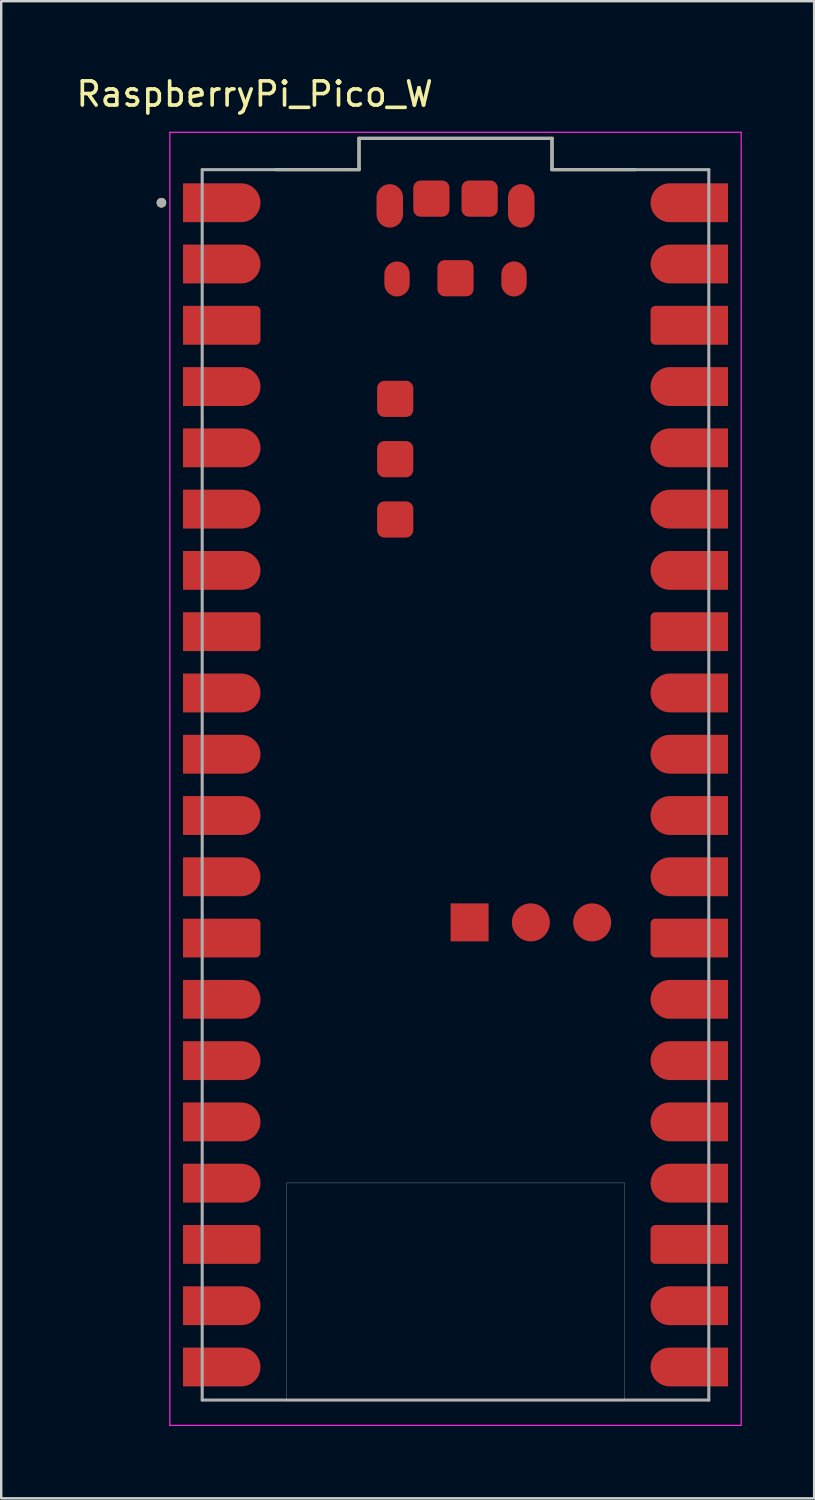
<source format=kicad_pcb>
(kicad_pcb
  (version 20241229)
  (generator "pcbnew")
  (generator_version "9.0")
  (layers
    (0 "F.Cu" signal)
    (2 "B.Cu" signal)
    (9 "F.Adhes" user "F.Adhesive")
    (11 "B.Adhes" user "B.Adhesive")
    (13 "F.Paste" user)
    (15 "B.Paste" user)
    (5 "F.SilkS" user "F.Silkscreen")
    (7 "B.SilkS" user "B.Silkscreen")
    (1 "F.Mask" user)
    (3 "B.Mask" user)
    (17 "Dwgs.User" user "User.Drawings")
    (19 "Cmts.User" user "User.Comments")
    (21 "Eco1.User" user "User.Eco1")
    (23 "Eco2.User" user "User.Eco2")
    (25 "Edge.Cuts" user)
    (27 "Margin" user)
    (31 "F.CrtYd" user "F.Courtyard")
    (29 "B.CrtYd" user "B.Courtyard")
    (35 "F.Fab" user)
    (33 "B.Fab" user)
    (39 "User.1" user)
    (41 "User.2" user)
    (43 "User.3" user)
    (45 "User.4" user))
  (footprint "RaspberryPi_Pico_W"
    (layer "F.Cu")
    (at 15.831 29.483)
    (property "Reference" "RaspberryPi_Pico_W" (at -8.325 -28.635 0) (layer "F.SilkS") (effects (font (size 1 1) (thickness 0.15))))
    (attr smd)
    (fp_poly (pts (xy -11.39 -23.23) (xy -11.39 -25.03) (xy -8.89 -25.03) (xy -8.843 -25.029) (xy -8.796 -25.025) (xy -8.749 -25.019) (xy -8.703 -25.01) (xy -8.657 -24.999) (xy -8.612 -24.986) (xy -8.567 -24.97) (xy -8.524 -24.952) (xy -8.481 -24.932) (xy -8.44 -24.909) (xy -8.4 -24.885) (xy -8.361 -24.858) (xy -8.324 -24.829) (xy -8.288 -24.799) (xy -8.254 -24.766) (xy -8.221 -24.732) (xy -8.191 -24.696) (xy -8.162 -24.659) (xy -8.135 -24.62) (xy -8.111 -24.58) (xy -8.088 -24.539) (xy -8.068 -24.496) (xy -8.05 -24.453) (xy -8.034 -24.408) (xy -8.021 -24.363) (xy -8.01 -24.317) (xy -8.001 -24.271) (xy -7.995 -24.224) (xy -7.991 -24.177) (xy -7.99 -24.13) (xy -7.991 -24.083) (xy -7.995 -24.036) (xy -8.001 -23.989) (xy -8.01 -23.943) (xy -8.021 -23.897) (xy -8.034 -23.852) (xy -8.05 -23.807) (xy -8.068 -23.764) (xy -8.088 -23.721) (xy -8.111 -23.68) (xy -8.135 -23.64) (xy -8.162 -23.601) (xy -8.191 -23.564) (xy -8.221 -23.528) (xy -8.254 -23.494) (xy -8.288 -23.461) (xy -8.324 -23.431) (xy -8.361 -23.402) (xy -8.4 -23.375) (xy -8.44 -23.351) (xy -8.481 -23.328) (xy -8.524 -23.308) (xy -8.567 -23.29) (xy -8.612 -23.274) (xy -8.657 -23.261) (xy -8.703 -23.25) (xy -8.749 -23.241) (xy -8.796 -23.235) (xy -8.843 -23.231) (xy -8.89 -23.23) (xy -11.39 -23.23)) (stroke (width 0.01) (type solid)) (fill yes) (layer "F.Mask"))
    (fp_poly (pts (xy -11.39 -20.69) (xy -11.39 -22.49) (xy -8.89 -22.49) (xy -8.843 -22.489) (xy -8.796 -22.485) (xy -8.749 -22.479) (xy -8.703 -22.47) (xy -8.657 -22.459) (xy -8.612 -22.446) (xy -8.567 -22.43) (xy -8.524 -22.412) (xy -8.481 -22.392) (xy -8.44 -22.369) (xy -8.4 -22.345) (xy -8.361 -22.318) (xy -8.324 -22.289) (xy -8.288 -22.259) (xy -8.254 -22.226) (xy -8.221 -22.192) (xy -8.191 -22.156) (xy -8.162 -22.119) (xy -8.135 -22.08) (xy -8.111 -22.04) (xy -8.088 -21.999) (xy -8.068 -21.956) (xy -8.05 -21.913) (xy -8.034 -21.868) (xy -8.021 -21.823) (xy -8.01 -21.777) (xy -8.001 -21.731) (xy -7.995 -21.684) (xy -7.991 -21.637) (xy -7.99 -21.59) (xy -7.991 -21.543) (xy -7.995 -21.496) (xy -8.001 -21.449) (xy -8.01 -21.403) (xy -8.021 -21.357) (xy -8.034 -21.312) (xy -8.05 -21.267) (xy -8.068 -21.224) (xy -8.088 -21.181) (xy -8.111 -21.14) (xy -8.135 -21.1) (xy -8.162 -21.061) (xy -8.191 -21.024) (xy -8.221 -20.988) (xy -8.254 -20.954) (xy -8.288 -20.921) (xy -8.324 -20.891) (xy -8.361 -20.862) (xy -8.4 -20.835) (xy -8.44 -20.811) (xy -8.481 -20.788) (xy -8.524 -20.768) (xy -8.567 -20.75) (xy -8.612 -20.734) (xy -8.657 -20.721) (xy -8.703 -20.71) (xy -8.749 -20.701) (xy -8.796 -20.695) (xy -8.843 -20.691) (xy -8.89 -20.69) (xy -11.39 -20.69)) (stroke (width 0.01) (type solid)) (fill yes) (layer "F.Mask"))
    (fp_poly (pts (xy -11.39 -15.61) (xy -11.39 -17.41) (xy -8.89 -17.41) (xy -8.843 -17.409) (xy -8.796 -17.405) (xy -8.749 -17.399) (xy -8.703 -17.39) (xy -8.657 -17.379) (xy -8.612 -17.366) (xy -8.567 -17.35) (xy -8.524 -17.332) (xy -8.481 -17.312) (xy -8.44 -17.289) (xy -8.4 -17.265) (xy -8.361 -17.238) (xy -8.324 -17.209) (xy -8.288 -17.179) (xy -8.254 -17.146) (xy -8.221 -17.112) (xy -8.191 -17.076) (xy -8.162 -17.039) (xy -8.135 -17) (xy -8.111 -16.96) (xy -8.088 -16.919) (xy -8.068 -16.876) (xy -8.05 -16.833) (xy -8.034 -16.788) (xy -8.021 -16.743) (xy -8.01 -16.697) (xy -8.001 -16.651) (xy -7.995 -16.604) (xy -7.991 -16.557) (xy -7.99 -16.51) (xy -7.991 -16.463) (xy -7.995 -16.416) (xy -8.001 -16.369) (xy -8.01 -16.323) (xy -8.021 -16.277) (xy -8.034 -16.232) (xy -8.05 -16.187) (xy -8.068 -16.144) (xy -8.088 -16.101) (xy -8.111 -16.06) (xy -8.135 -16.02) (xy -8.162 -15.981) (xy -8.191 -15.944) (xy -8.221 -15.908) (xy -8.254 -15.874) (xy -8.288 -15.841) (xy -8.324 -15.811) (xy -8.361 -15.782) (xy -8.4 -15.755) (xy -8.44 -15.731) (xy -8.481 -15.708) (xy -8.524 -15.688) (xy -8.567 -15.67) (xy -8.612 -15.654) (xy -8.657 -15.641) (xy -8.703 -15.63) (xy -8.749 -15.621) (xy -8.796 -15.615) (xy -8.843 -15.611) (xy -8.89 -15.61) (xy -11.39 -15.61)) (stroke (width 0.01) (type solid)) (fill yes) (layer "F.Mask"))
    (fp_poly (pts (xy -11.39 -13.07) (xy -11.39 -14.87) (xy -8.89 -14.87) (xy -8.843 -14.869) (xy -8.796 -14.865) (xy -8.749 -14.859) (xy -8.703 -14.85) (xy -8.657 -14.839) (xy -8.612 -14.826) (xy -8.567 -14.81) (xy -8.524 -14.792) (xy -8.481 -14.772) (xy -8.44 -14.749) (xy -8.4 -14.725) (xy -8.361 -14.698) (xy -8.324 -14.669) (xy -8.288 -14.639) (xy -8.254 -14.606) (xy -8.221 -14.572) (xy -8.191 -14.536) (xy -8.162 -14.499) (xy -8.135 -14.46) (xy -8.111 -14.42) (xy -8.088 -14.379) (xy -8.068 -14.336) (xy -8.05 -14.293) (xy -8.034 -14.248) (xy -8.021 -14.203) (xy -8.01 -14.157) (xy -8.001 -14.111) (xy -7.995 -14.064) (xy -7.991 -14.017) (xy -7.99 -13.97) (xy -7.991 -13.923) (xy -7.995 -13.876) (xy -8.001 -13.829) (xy -8.01 -13.783) (xy -8.021 -13.737) (xy -8.034 -13.692) (xy -8.05 -13.647) (xy -8.068 -13.604) (xy -8.088 -13.561) (xy -8.111 -13.52) (xy -8.135 -13.48) (xy -8.162 -13.441) (xy -8.191 -13.404) (xy -8.221 -13.368) (xy -8.254 -13.334) (xy -8.288 -13.301) (xy -8.324 -13.271) (xy -8.361 -13.242) (xy -8.4 -13.215) (xy -8.44 -13.191) (xy -8.481 -13.168) (xy -8.524 -13.148) (xy -8.567 -13.13) (xy -8.612 -13.114) (xy -8.657 -13.101) (xy -8.703 -13.09) (xy -8.749 -13.081) (xy -8.796 -13.075) (xy -8.843 -13.071) (xy -8.89 -13.07) (xy -11.39 -13.07)) (stroke (width 0.01) (type solid)) (fill yes) (layer "F.Mask"))
    (fp_poly (pts (xy -11.39 -10.53) (xy -11.39 -12.33) (xy -8.89 -12.33) (xy -8.843 -12.329) (xy -8.796 -12.325) (xy -8.749 -12.319) (xy -8.703 -12.31) (xy -8.657 -12.299) (xy -8.612 -12.286) (xy -8.567 -12.27) (xy -8.524 -12.252) (xy -8.481 -12.232) (xy -8.44 -12.209) (xy -8.4 -12.185) (xy -8.361 -12.158) (xy -8.324 -12.129) (xy -8.288 -12.099) (xy -8.254 -12.066) (xy -8.221 -12.032) (xy -8.191 -11.996) (xy -8.162 -11.959) (xy -8.135 -11.92) (xy -8.111 -11.88) (xy -8.088 -11.839) (xy -8.068 -11.796) (xy -8.05 -11.753) (xy -8.034 -11.708) (xy -8.021 -11.663) (xy -8.01 -11.617) (xy -8.001 -11.571) (xy -7.995 -11.524) (xy -7.991 -11.477) (xy -7.99 -11.43) (xy -7.991 -11.383) (xy -7.995 -11.336) (xy -8.001 -11.289) (xy -8.01 -11.243) (xy -8.021 -11.197) (xy -8.034 -11.152) (xy -8.05 -11.107) (xy -8.068 -11.064) (xy -8.088 -11.021) (xy -8.111 -10.98) (xy -8.135 -10.94) (xy -8.162 -10.901) (xy -8.191 -10.864) (xy -8.221 -10.828) (xy -8.254 -10.794) (xy -8.288 -10.761) (xy -8.324 -10.731) (xy -8.361 -10.702) (xy -8.4 -10.675) (xy -8.44 -10.651) (xy -8.481 -10.628) (xy -8.524 -10.608) (xy -8.567 -10.59) (xy -8.612 -10.574) (xy -8.657 -10.561) (xy -8.703 -10.55) (xy -8.749 -10.541) (xy -8.796 -10.535) (xy -8.843 -10.531) (xy -8.89 -10.53) (xy -11.39 -10.53)) (stroke (width 0.01) (type solid)) (fill yes) (layer "F.Mask"))
    (fp_poly (pts (xy -11.39 -7.99) (xy -11.39 -9.79) (xy -8.89 -9.79) (xy -8.843 -9.789) (xy -8.796 -9.785) (xy -8.749 -9.779) (xy -8.703 -9.77) (xy -8.657 -9.759) (xy -8.612 -9.746) (xy -8.567 -9.73) (xy -8.524 -9.712) (xy -8.481 -9.692) (xy -8.44 -9.669) (xy -8.4 -9.645) (xy -8.361 -9.618) (xy -8.324 -9.589) (xy -8.288 -9.559) (xy -8.254 -9.526) (xy -8.221 -9.492) (xy -8.191 -9.456) (xy -8.162 -9.419) (xy -8.135 -9.38) (xy -8.111 -9.34) (xy -8.088 -9.299) (xy -8.068 -9.256) (xy -8.05 -9.213) (xy -8.034 -9.168) (xy -8.021 -9.123) (xy -8.01 -9.077) (xy -8.001 -9.031) (xy -7.995 -8.984) (xy -7.991 -8.937) (xy -7.99 -8.89) (xy -7.991 -8.843) (xy -7.995 -8.796) (xy -8.001 -8.749) (xy -8.01 -8.703) (xy -8.021 -8.657) (xy -8.034 -8.612) (xy -8.05 -8.567) (xy -8.068 -8.524) (xy -8.088 -8.481) (xy -8.111 -8.44) (xy -8.135 -8.4) (xy -8.162 -8.361) (xy -8.191 -8.324) (xy -8.221 -8.288) (xy -8.254 -8.254) (xy -8.288 -8.221) (xy -8.324 -8.191) (xy -8.361 -8.162) (xy -8.4 -8.135) (xy -8.44 -8.111) (xy -8.481 -8.088) (xy -8.524 -8.068) (xy -8.567 -8.05) (xy -8.612 -8.034) (xy -8.657 -8.021) (xy -8.703 -8.01) (xy -8.749 -8.001) (xy -8.796 -7.995) (xy -8.843 -7.991) (xy -8.89 -7.99) (xy -11.39 -7.99)) (stroke (width 0.01) (type solid)) (fill yes) (layer "F.Mask"))
    (fp_poly (pts (xy -11.39 -2.91) (xy -11.39 -4.71) (xy -8.89 -4.71) (xy -8.843 -4.709) (xy -8.796 -4.705) (xy -8.749 -4.699) (xy -8.703 -4.69) (xy -8.657 -4.679) (xy -8.612 -4.666) (xy -8.567 -4.65) (xy -8.524 -4.632) (xy -8.481 -4.612) (xy -8.44 -4.589) (xy -8.4 -4.565) (xy -8.361 -4.538) (xy -8.324 -4.509) (xy -8.288 -4.479) (xy -8.254 -4.446) (xy -8.221 -4.412) (xy -8.191 -4.376) (xy -8.162 -4.339) (xy -8.135 -4.3) (xy -8.111 -4.26) (xy -8.088 -4.219) (xy -8.068 -4.176) (xy -8.05 -4.133) (xy -8.034 -4.088) (xy -8.021 -4.043) (xy -8.01 -3.997) (xy -8.001 -3.951) (xy -7.995 -3.904) (xy -7.991 -3.857) (xy -7.99 -3.81) (xy -7.991 -3.763) (xy -7.995 -3.716) (xy -8.001 -3.669) (xy -8.01 -3.623) (xy -8.021 -3.577) (xy -8.034 -3.532) (xy -8.05 -3.487) (xy -8.068 -3.444) (xy -8.088 -3.401) (xy -8.111 -3.36) (xy -8.135 -3.32) (xy -8.162 -3.281) (xy -8.191 -3.244) (xy -8.221 -3.208) (xy -8.254 -3.174) (xy -8.288 -3.141) (xy -8.324 -3.111) (xy -8.361 -3.082) (xy -8.4 -3.055) (xy -8.44 -3.031) (xy -8.481 -3.008) (xy -8.524 -2.988) (xy -8.567 -2.97) (xy -8.612 -2.954) (xy -8.657 -2.941) (xy -8.703 -2.93) (xy -8.749 -2.921) (xy -8.796 -2.915) (xy -8.843 -2.911) (xy -8.89 -2.91) (xy -11.39 -2.91)) (stroke (width 0.01) (type solid)) (fill yes) (layer "F.Mask"))
    (fp_poly (pts (xy -11.39 -0.37) (xy -11.39 -2.17) (xy -8.89 -2.17) (xy -8.843 -2.169) (xy -8.796 -2.165) (xy -8.749 -2.159) (xy -8.703 -2.15) (xy -8.657 -2.139) (xy -8.612 -2.126) (xy -8.567 -2.11) (xy -8.524 -2.092) (xy -8.481 -2.072) (xy -8.44 -2.049) (xy -8.4 -2.025) (xy -8.361 -1.998) (xy -8.324 -1.969) (xy -8.288 -1.939) (xy -8.254 -1.906) (xy -8.221 -1.872) (xy -8.191 -1.836) (xy -8.162 -1.799) (xy -8.135 -1.76) (xy -8.111 -1.72) (xy -8.088 -1.679) (xy -8.068 -1.636) (xy -8.05 -1.593) (xy -8.034 -1.548) (xy -8.021 -1.503) (xy -8.01 -1.457) (xy -8.001 -1.411) (xy -7.995 -1.364) (xy -7.991 -1.317) (xy -7.99 -1.27) (xy -7.991 -1.223) (xy -7.995 -1.176) (xy -8.001 -1.129) (xy -8.01 -1.083) (xy -8.021 -1.037) (xy -8.034 -0.992) (xy -8.05 -0.947) (xy -8.068 -0.904) (xy -8.088 -0.861) (xy -8.111 -0.82) (xy -8.135 -0.78) (xy -8.162 -0.741) (xy -8.191 -0.704) (xy -8.221 -0.668) (xy -8.254 -0.634) (xy -8.288 -0.601) (xy -8.324 -0.571) (xy -8.361 -0.542) (xy -8.4 -0.515) (xy -8.44 -0.491) (xy -8.481 -0.468) (xy -8.524 -0.448) (xy -8.567 -0.43) (xy -8.612 -0.414) (xy -8.657 -0.401) (xy -8.703 -0.39) (xy -8.749 -0.381) (xy -8.796 -0.375) (xy -8.843 -0.371) (xy -8.89 -0.37) (xy -11.39 -0.37)) (stroke (width 0.01) (type solid)) (fill yes) (layer "F.Mask"))
    (fp_poly (pts (xy -11.39 2.17) (xy -11.39 0.37) (xy -8.89 0.37) (xy -8.843 0.371) (xy -8.796 0.375) (xy -8.749 0.381) (xy -8.703 0.39) (xy -8.657 0.401) (xy -8.612 0.414) (xy -8.567 0.43) (xy -8.524 0.448) (xy -8.481 0.468) (xy -8.44 0.491) (xy -8.4 0.515) (xy -8.361 0.542) (xy -8.324 0.571) (xy -8.288 0.601) (xy -8.254 0.634) (xy -8.221 0.668) (xy -8.191 0.704) (xy -8.162 0.741) (xy -8.135 0.78) (xy -8.111 0.82) (xy -8.088 0.861) (xy -8.068 0.904) (xy -8.05 0.947) (xy -8.034 0.992) (xy -8.021 1.037) (xy -8.01 1.083) (xy -8.001 1.129) (xy -7.995 1.176) (xy -7.991 1.223) (xy -7.99 1.27) (xy -7.991 1.317) (xy -7.995 1.364) (xy -8.001 1.411) (xy -8.01 1.457) (xy -8.021 1.503) (xy -8.034 1.548) (xy -8.05 1.593) (xy -8.068 1.636) (xy -8.088 1.679) (xy -8.111 1.72) (xy -8.135 1.76) (xy -8.162 1.799) (xy -8.191 1.836) (xy -8.221 1.872) (xy -8.254 1.906) (xy -8.288 1.939) (xy -8.324 1.969) (xy -8.361 1.998) (xy -8.4 2.025) (xy -8.44 2.049) (xy -8.481 2.072) (xy -8.524 2.092) (xy -8.567 2.11) (xy -8.612 2.126) (xy -8.657 2.139) (xy -8.703 2.15) (xy -8.749 2.159) (xy -8.796 2.165) (xy -8.843 2.169) (xy -8.89 2.17) (xy -11.39 2.17)) (stroke (width 0.01) (type solid)) (fill yes) (layer "F.Mask"))
    (fp_poly (pts (xy -11.39 4.71) (xy -11.39 2.91) (xy -8.89 2.91) (xy -8.843 2.911) (xy -8.796 2.915) (xy -8.749 2.921) (xy -8.703 2.93) (xy -8.657 2.941) (xy -8.612 2.954) (xy -8.567 2.97) (xy -8.524 2.988) (xy -8.481 3.008) (xy -8.44 3.031) (xy -8.4 3.055) (xy -8.361 3.082) (xy -8.324 3.111) (xy -8.288 3.141) (xy -8.254 3.174) (xy -8.221 3.208) (xy -8.191 3.244) (xy -8.162 3.281) (xy -8.135 3.32) (xy -8.111 3.36) (xy -8.088 3.401) (xy -8.068 3.444) (xy -8.05 3.487) (xy -8.034 3.532) (xy -8.021 3.577) (xy -8.01 3.623) (xy -8.001 3.669) (xy -7.995 3.716) (xy -7.991 3.763) (xy -7.99 3.81) (xy -7.991 3.857) (xy -7.995 3.904) (xy -8.001 3.951) (xy -8.01 3.997) (xy -8.021 4.043) (xy -8.034 4.088) (xy -8.05 4.133) (xy -8.068 4.176) (xy -8.088 4.219) (xy -8.111 4.26) (xy -8.135 4.3) (xy -8.162 4.339) (xy -8.191 4.376) (xy -8.221 4.412) (xy -8.254 4.446) (xy -8.288 4.479) (xy -8.324 4.509) (xy -8.361 4.538) (xy -8.4 4.565) (xy -8.44 4.589) (xy -8.481 4.612) (xy -8.524 4.632) (xy -8.567 4.65) (xy -8.612 4.666) (xy -8.657 4.679) (xy -8.703 4.69) (xy -8.749 4.699) (xy -8.796 4.705) (xy -8.843 4.709) (xy -8.89 4.71) (xy -11.39 4.71)) (stroke (width 0.01) (type solid)) (fill yes) (layer "F.Mask"))
    (fp_poly (pts (xy -11.39 9.79) (xy -11.39 7.99) (xy -8.89 7.99) (xy -8.843 7.991) (xy -8.796 7.995) (xy -8.749 8.001) (xy -8.703 8.01) (xy -8.657 8.021) (xy -8.612 8.034) (xy -8.567 8.05) (xy -8.524 8.068) (xy -8.481 8.088) (xy -8.44 8.111) (xy -8.4 8.135) (xy -8.361 8.162) (xy -8.324 8.191) (xy -8.288 8.221) (xy -8.254 8.254) (xy -8.221 8.288) (xy -8.191 8.324) (xy -8.162 8.361) (xy -8.135 8.4) (xy -8.111 8.44) (xy -8.088 8.481) (xy -8.068 8.524) (xy -8.05 8.567) (xy -8.034 8.612) (xy -8.021 8.657) (xy -8.01 8.703) (xy -8.001 8.749) (xy -7.995 8.796) (xy -7.991 8.843) (xy -7.99 8.89) (xy -7.991 8.937) (xy -7.995 8.984) (xy -8.001 9.031) (xy -8.01 9.077) (xy -8.021 9.123) (xy -8.034 9.168) (xy -8.05 9.213) (xy -8.068 9.256) (xy -8.088 9.299) (xy -8.111 9.34) (xy -8.135 9.38) (xy -8.162 9.419) (xy -8.191 9.456) (xy -8.221 9.492) (xy -8.254 9.526) (xy -8.288 9.559) (xy -8.324 9.589) (xy -8.361 9.618) (xy -8.4 9.645) (xy -8.44 9.669) (xy -8.481 9.692) (xy -8.524 9.712) (xy -8.567 9.73) (xy -8.612 9.746) (xy -8.657 9.759) (xy -8.703 9.77) (xy -8.749 9.779) (xy -8.796 9.785) (xy -8.843 9.789) (xy -8.89 9.79) (xy -11.39 9.79)) (stroke (width 0.01) (type solid)) (fill yes) (layer "F.Mask"))
    (fp_poly (pts (xy -11.39 12.33) (xy -11.39 10.53) (xy -8.89 10.53) (xy -8.843 10.531) (xy -8.796 10.535) (xy -8.749 10.541) (xy -8.703 10.55) (xy -8.657 10.561) (xy -8.612 10.574) (xy -8.567 10.59) (xy -8.524 10.608) (xy -8.481 10.628) (xy -8.44 10.651) (xy -8.4 10.675) (xy -8.361 10.702) (xy -8.324 10.731) (xy -8.288 10.761) (xy -8.254 10.794) (xy -8.221 10.828) (xy -8.191 10.864) (xy -8.162 10.901) (xy -8.135 10.94) (xy -8.111 10.98) (xy -8.088 11.021) (xy -8.068 11.064) (xy -8.05 11.107) (xy -8.034 11.152) (xy -8.021 11.197) (xy -8.01 11.243) (xy -8.001 11.289) (xy -7.995 11.336) (xy -7.991 11.383) (xy -7.99 11.43) (xy -7.991 11.477) (xy -7.995 11.524) (xy -8.001 11.571) (xy -8.01 11.617) (xy -8.021 11.663) (xy -8.034 11.708) (xy -8.05 11.753) (xy -8.068 11.796) (xy -8.088 11.839) (xy -8.111 11.88) (xy -8.135 11.92) (xy -8.162 11.959) (xy -8.191 11.996) (xy -8.221 12.032) (xy -8.254 12.066) (xy -8.288 12.099) (xy -8.324 12.129) (xy -8.361 12.158) (xy -8.4 12.185) (xy -8.44 12.209) (xy -8.481 12.232) (xy -8.524 12.252) (xy -8.567 12.27) (xy -8.612 12.286) (xy -8.657 12.299) (xy -8.703 12.31) (xy -8.749 12.319) (xy -8.796 12.325) (xy -8.843 12.329) (xy -8.89 12.33) (xy -11.39 12.33)) (stroke (width 0.01) (type solid)) (fill yes) (layer "F.Mask"))
    (fp_poly (pts (xy -11.39 14.87) (xy -11.39 13.07) (xy -8.89 13.07) (xy -8.843 13.071) (xy -8.796 13.075) (xy -8.749 13.081) (xy -8.703 13.09) (xy -8.657 13.101) (xy -8.612 13.114) (xy -8.567 13.13) (xy -8.524 13.148) (xy -8.481 13.168) (xy -8.44 13.191) (xy -8.4 13.215) (xy -8.361 13.242) (xy -8.324 13.271) (xy -8.288 13.301) (xy -8.254 13.334) (xy -8.221 13.368) (xy -8.191 13.404) (xy -8.162 13.441) (xy -8.135 13.48) (xy -8.111 13.52) (xy -8.088 13.561) (xy -8.068 13.604) (xy -8.05 13.647) (xy -8.034 13.692) (xy -8.021 13.737) (xy -8.01 13.783) (xy -8.001 13.829) (xy -7.995 13.876) (xy -7.991 13.923) (xy -7.99 13.97) (xy -7.991 14.017) (xy -7.995 14.064) (xy -8.001 14.111) (xy -8.01 14.157) (xy -8.021 14.203) (xy -8.034 14.248) (xy -8.05 14.293) (xy -8.068 14.336) (xy -8.088 14.379) (xy -8.111 14.42) (xy -8.135 14.46) (xy -8.162 14.499) (xy -8.191 14.536) (xy -8.221 14.572) (xy -8.254 14.606) (xy -8.288 14.639) (xy -8.324 14.669) (xy -8.361 14.698) (xy -8.4 14.725) (xy -8.44 14.749) (xy -8.481 14.772) (xy -8.524 14.792) (xy -8.567 14.81) (xy -8.612 14.826) (xy -8.657 14.839) (xy -8.703 14.85) (xy -8.749 14.859) (xy -8.796 14.865) (xy -8.843 14.869) (xy -8.89 14.87) (xy -11.39 14.87)) (stroke (width 0.01) (type solid)) (fill yes) (layer "F.Mask"))
    (fp_poly (pts (xy -11.39 17.41) (xy -11.39 15.61) (xy -8.89 15.61) (xy -8.843 15.611) (xy -8.796 15.615) (xy -8.749 15.621) (xy -8.703 15.63) (xy -8.657 15.641) (xy -8.612 15.654) (xy -8.567 15.67) (xy -8.524 15.688) (xy -8.481 15.708) (xy -8.44 15.731) (xy -8.4 15.755) (xy -8.361 15.782) (xy -8.324 15.811) (xy -8.288 15.841) (xy -8.254 15.874) (xy -8.221 15.908) (xy -8.191 15.944) (xy -8.162 15.981) (xy -8.135 16.02) (xy -8.111 16.06) (xy -8.088 16.101) (xy -8.068 16.144) (xy -8.05 16.187) (xy -8.034 16.232) (xy -8.021 16.277) (xy -8.01 16.323) (xy -8.001 16.369) (xy -7.995 16.416) (xy -7.991 16.463) (xy -7.99 16.51) (xy -7.991 16.557) (xy -7.995 16.604) (xy -8.001 16.651) (xy -8.01 16.697) (xy -8.021 16.743) (xy -8.034 16.788) (xy -8.05 16.833) (xy -8.068 16.876) (xy -8.088 16.919) (xy -8.111 16.96) (xy -8.135 17) (xy -8.162 17.039) (xy -8.191 17.076) (xy -8.221 17.112) (xy -8.254 17.146) (xy -8.288 17.179) (xy -8.324 17.209) (xy -8.361 17.238) (xy -8.4 17.265) (xy -8.44 17.289) (xy -8.481 17.312) (xy -8.524 17.332) (xy -8.567 17.35) (xy -8.612 17.366) (xy -8.657 17.379) (xy -8.703 17.39) (xy -8.749 17.399) (xy -8.796 17.405) (xy -8.843 17.409) (xy -8.89 17.41) (xy -11.39 17.41)) (stroke (width 0.01) (type solid)) (fill yes) (layer "F.Mask"))
    (fp_poly (pts (xy -11.39 22.49) (xy -11.39 20.69) (xy -8.89 20.69) (xy -8.843 20.691) (xy -8.796 20.695) (xy -8.749 20.701) (xy -8.703 20.71) (xy -8.657 20.721) (xy -8.612 20.734) (xy -8.567 20.75) (xy -8.524 20.768) (xy -8.481 20.788) (xy -8.44 20.811) (xy -8.4 20.835) (xy -8.361 20.862) (xy -8.324 20.891) (xy -8.288 20.921) (xy -8.254 20.954) (xy -8.221 20.988) (xy -8.191 21.024) (xy -8.162 21.061) (xy -8.135 21.1) (xy -8.111 21.14) (xy -8.088 21.181) (xy -8.068 21.224) (xy -8.05 21.267) (xy -8.034 21.312) (xy -8.021 21.357) (xy -8.01 21.403) (xy -8.001 21.449) (xy -7.995 21.496) (xy -7.991 21.543) (xy -7.99 21.59) (xy -7.991 21.637) (xy -7.995 21.684) (xy -8.001 21.731) (xy -8.01 21.777) (xy -8.021 21.823) (xy -8.034 21.868) (xy -8.05 21.913) (xy -8.068 21.956) (xy -8.088 21.999) (xy -8.111 22.04) (xy -8.135 22.08) (xy -8.162 22.119) (xy -8.191 22.156) (xy -8.221 22.192) (xy -8.254 22.226) (xy -8.288 22.259) (xy -8.324 22.289) (xy -8.361 22.318) (xy -8.4 22.345) (xy -8.44 22.369) (xy -8.481 22.392) (xy -8.524 22.412) (xy -8.567 22.43) (xy -8.612 22.446) (xy -8.657 22.459) (xy -8.703 22.47) (xy -8.749 22.479) (xy -8.796 22.485) (xy -8.843 22.489) (xy -8.89 22.49) (xy -11.39 22.49)) (stroke (width 0.01) (type solid)) (fill yes) (layer "F.Mask"))
    (fp_poly (pts (xy -11.39 25.03) (xy -11.39 23.23) (xy -8.89 23.23) (xy -8.843 23.231) (xy -8.796 23.235) (xy -8.749 23.241) (xy -8.703 23.25) (xy -8.657 23.261) (xy -8.612 23.274) (xy -8.567 23.29) (xy -8.524 23.308) (xy -8.481 23.328) (xy -8.44 23.351) (xy -8.4 23.375) (xy -8.361 23.402) (xy -8.324 23.431) (xy -8.288 23.461) (xy -8.254 23.494) (xy -8.221 23.528) (xy -8.191 23.564) (xy -8.162 23.601) (xy -8.135 23.64) (xy -8.111 23.68) (xy -8.088 23.721) (xy -8.068 23.764) (xy -8.05 23.807) (xy -8.034 23.852) (xy -8.021 23.897) (xy -8.01 23.943) (xy -8.001 23.989) (xy -7.995 24.036) (xy -7.991 24.083) (xy -7.99 24.13) (xy -7.991 24.177) (xy -7.995 24.224) (xy -8.001 24.271) (xy -8.01 24.317) (xy -8.021 24.363) (xy -8.034 24.408) (xy -8.05 24.453) (xy -8.068 24.496) (xy -8.088 24.539) (xy -8.111 24.58) (xy -8.135 24.62) (xy -8.162 24.659) (xy -8.191 24.696) (xy -8.221 24.732) (xy -8.254 24.766) (xy -8.288 24.799) (xy -8.324 24.829) (xy -8.361 24.858) (xy -8.4 24.885) (xy -8.44 24.909) (xy -8.481 24.932) (xy -8.524 24.952) (xy -8.567 24.97) (xy -8.612 24.986) (xy -8.657 24.999) (xy -8.703 25.01) (xy -8.749 25.019) (xy -8.796 25.025) (xy -8.843 25.029) (xy -8.89 25.03) (xy -11.39 25.03)) (stroke (width 0.01) (type solid)) (fill yes) (layer "F.Mask"))
    (fp_poly (pts (xy 11.39 -23.23) (xy 11.39 -25.03) (xy 8.89 -25.03) (xy 8.843 -25.029) (xy 8.796 -25.025) (xy 8.749 -25.019) (xy 8.703 -25.01) (xy 8.657 -24.999) (xy 8.612 -24.986) (xy 8.567 -24.97) (xy 8.524 -24.952) (xy 8.481 -24.932) (xy 8.44 -24.909) (xy 8.4 -24.885) (xy 8.361 -24.858) (xy 8.324 -24.829) (xy 8.288 -24.799) (xy 8.254 -24.766) (xy 8.221 -24.732) (xy 8.191 -24.696) (xy 8.162 -24.659) (xy 8.135 -24.62) (xy 8.111 -24.58) (xy 8.088 -24.539) (xy 8.068 -24.496) (xy 8.05 -24.453) (xy 8.034 -24.408) (xy 8.021 -24.363) (xy 8.01 -24.317) (xy 8.001 -24.271) (xy 7.995 -24.224) (xy 7.991 -24.177) (xy 7.99 -24.13) (xy 7.991 -24.083) (xy 7.995 -24.036) (xy 8.001 -23.989) (xy 8.01 -23.943) (xy 8.021 -23.897) (xy 8.034 -23.852) (xy 8.05 -23.807) (xy 8.068 -23.764) (xy 8.088 -23.721) (xy 8.111 -23.68) (xy 8.135 -23.64) (xy 8.162 -23.601) (xy 8.191 -23.564) (xy 8.221 -23.528) (xy 8.254 -23.494) (xy 8.288 -23.461) (xy 8.324 -23.431) (xy 8.361 -23.402) (xy 8.4 -23.375) (xy 8.44 -23.351) (xy 8.481 -23.328) (xy 8.524 -23.308) (xy 8.567 -23.29) (xy 8.612 -23.274) (xy 8.657 -23.261) (xy 8.703 -23.25) (xy 8.749 -23.241) (xy 8.796 -23.235) (xy 8.843 -23.231) (xy 8.89 -23.23) (xy 11.39 -23.23)) (stroke (width 0.01) (type solid)) (fill yes) (layer "F.Mask"))
    (fp_poly (pts (xy 11.39 -20.69) (xy 11.39 -22.49) (xy 8.89 -22.49) (xy 8.843 -22.489) (xy 8.796 -22.485) (xy 8.749 -22.479) (xy 8.703 -22.47) (xy 8.657 -22.459) (xy 8.612 -22.446) (xy 8.567 -22.43) (xy 8.524 -22.412) (xy 8.481 -22.392) (xy 8.44 -22.369) (xy 8.4 -22.345) (xy 8.361 -22.318) (xy 8.324 -22.289) (xy 8.288 -22.259) (xy 8.254 -22.226) (xy 8.221 -22.192) (xy 8.191 -22.156) (xy 8.162 -22.119) (xy 8.135 -22.08) (xy 8.111 -22.04) (xy 8.088 -21.999) (xy 8.068 -21.956) (xy 8.05 -21.913) (xy 8.034 -21.868) (xy 8.021 -21.823) (xy 8.01 -21.777) (xy 8.001 -21.731) (xy 7.995 -21.684) (xy 7.991 -21.637) (xy 7.99 -21.59) (xy 7.991 -21.543) (xy 7.995 -21.496) (xy 8.001 -21.449) (xy 8.01 -21.403) (xy 8.021 -21.357) (xy 8.034 -21.312) (xy 8.05 -21.267) (xy 8.068 -21.224) (xy 8.088 -21.181) (xy 8.111 -21.14) (xy 8.135 -21.1) (xy 8.162 -21.061) (xy 8.191 -21.024) (xy 8.221 -20.988) (xy 8.254 -20.954) (xy 8.288 -20.921) (xy 8.324 -20.891) (xy 8.361 -20.862) (xy 8.4 -20.835) (xy 8.44 -20.811) (xy 8.481 -20.788) (xy 8.524 -20.768) (xy 8.567 -20.75) (xy 8.612 -20.734) (xy 8.657 -20.721) (xy 8.703 -20.71) (xy 8.749 -20.701) (xy 8.796 -20.695) (xy 8.843 -20.691) (xy 8.89 -20.69) (xy 11.39 -20.69)) (stroke (width 0.01) (type solid)) (fill yes) (layer "F.Mask"))
    (fp_poly (pts (xy 11.39 -15.61) (xy 11.39 -17.41) (xy 8.89 -17.41) (xy 8.843 -17.409) (xy 8.796 -17.405) (xy 8.749 -17.399) (xy 8.703 -17.39) (xy 8.657 -17.379) (xy 8.612 -17.366) (xy 8.567 -17.35) (xy 8.524 -17.332) (xy 8.481 -17.312) (xy 8.44 -17.289) (xy 8.4 -17.265) (xy 8.361 -17.238) (xy 8.324 -17.209) (xy 8.288 -17.179) (xy 8.254 -17.146) (xy 8.221 -17.112) (xy 8.191 -17.076) (xy 8.162 -17.039) (xy 8.135 -17) (xy 8.111 -16.96) (xy 8.088 -16.919) (xy 8.068 -16.876) (xy 8.05 -16.833) (xy 8.034 -16.788) (xy 8.021 -16.743) (xy 8.01 -16.697) (xy 8.001 -16.651) (xy 7.995 -16.604) (xy 7.991 -16.557) (xy 7.99 -16.51) (xy 7.991 -16.463) (xy 7.995 -16.416) (xy 8.001 -16.369) (xy 8.01 -16.323) (xy 8.021 -16.277) (xy 8.034 -16.232) (xy 8.05 -16.187) (xy 8.068 -16.144) (xy 8.088 -16.101) (xy 8.111 -16.06) (xy 8.135 -16.02) (xy 8.162 -15.981) (xy 8.191 -15.944) (xy 8.221 -15.908) (xy 8.254 -15.874) (xy 8.288 -15.841) (xy 8.324 -15.811) (xy 8.361 -15.782) (xy 8.4 -15.755) (xy 8.44 -15.731) (xy 8.481 -15.708) (xy 8.524 -15.688) (xy 8.567 -15.67) (xy 8.612 -15.654) (xy 8.657 -15.641) (xy 8.703 -15.63) (xy 8.749 -15.621) (xy 8.796 -15.615) (xy 8.843 -15.611) (xy 8.89 -15.61) (xy 11.39 -15.61)) (stroke (width 0.01) (type solid)) (fill yes) (layer "F.Mask"))
    (fp_poly (pts (xy 11.39 -13.07) (xy 11.39 -14.87) (xy 8.89 -14.87) (xy 8.843 -14.869) (xy 8.796 -14.865) (xy 8.749 -14.859) (xy 8.703 -14.85) (xy 8.657 -14.839) (xy 8.612 -14.826) (xy 8.567 -14.81) (xy 8.524 -14.792) (xy 8.481 -14.772) (xy 8.44 -14.749) (xy 8.4 -14.725) (xy 8.361 -14.698) (xy 8.324 -14.669) (xy 8.288 -14.639) (xy 8.254 -14.606) (xy 8.221 -14.572) (xy 8.191 -14.536) (xy 8.162 -14.499) (xy 8.135 -14.46) (xy 8.111 -14.42) (xy 8.088 -14.379) (xy 8.068 -14.336) (xy 8.05 -14.293) (xy 8.034 -14.248) (xy 8.021 -14.203) (xy 8.01 -14.157) (xy 8.001 -14.111) (xy 7.995 -14.064) (xy 7.991 -14.017) (xy 7.99 -13.97) (xy 7.991 -13.923) (xy 7.995 -13.876) (xy 8.001 -13.829) (xy 8.01 -13.783) (xy 8.021 -13.737) (xy 8.034 -13.692) (xy 8.05 -13.647) (xy 8.068 -13.604) (xy 8.088 -13.561) (xy 8.111 -13.52) (xy 8.135 -13.48) (xy 8.162 -13.441) (xy 8.191 -13.404) (xy 8.221 -13.368) (xy 8.254 -13.334) (xy 8.288 -13.301) (xy 8.324 -13.271) (xy 8.361 -13.242) (xy 8.4 -13.215) (xy 8.44 -13.191) (xy 8.481 -13.168) (xy 8.524 -13.148) (xy 8.567 -13.13) (xy 8.612 -13.114) (xy 8.657 -13.101) (xy 8.703 -13.09) (xy 8.749 -13.081) (xy 8.796 -13.075) (xy 8.843 -13.071) (xy 8.89 -13.07) (xy 11.39 -13.07)) (stroke (width 0.01) (type solid)) (fill yes) (layer "F.Mask"))
    (fp_poly (pts (xy 11.39 -10.53) (xy 11.39 -12.33) (xy 8.89 -12.33) (xy 8.843 -12.329) (xy 8.796 -12.325) (xy 8.749 -12.319) (xy 8.703 -12.31) (xy 8.657 -12.299) (xy 8.612 -12.286) (xy 8.567 -12.27) (xy 8.524 -12.252) (xy 8.481 -12.232) (xy 8.44 -12.209) (xy 8.4 -12.185) (xy 8.361 -12.158) (xy 8.324 -12.129) (xy 8.288 -12.099) (xy 8.254 -12.066) (xy 8.221 -12.032) (xy 8.191 -11.996) (xy 8.162 -11.959) (xy 8.135 -11.92) (xy 8.111 -11.88) (xy 8.088 -11.839) (xy 8.068 -11.796) (xy 8.05 -11.753) (xy 8.034 -11.708) (xy 8.021 -11.663) (xy 8.01 -11.617) (xy 8.001 -11.571) (xy 7.995 -11.524) (xy 7.991 -11.477) (xy 7.99 -11.43) (xy 7.991 -11.383) (xy 7.995 -11.336) (xy 8.001 -11.289) (xy 8.01 -11.243) (xy 8.021 -11.197) (xy 8.034 -11.152) (xy 8.05 -11.107) (xy 8.068 -11.064) (xy 8.088 -11.021) (xy 8.111 -10.98) (xy 8.135 -10.94) (xy 8.162 -10.901) (xy 8.191 -10.864) (xy 8.221 -10.828) (xy 8.254 -10.794) (xy 8.288 -10.761) (xy 8.324 -10.731) (xy 8.361 -10.702) (xy 8.4 -10.675) (xy 8.44 -10.651) (xy 8.481 -10.628) (xy 8.524 -10.608) (xy 8.567 -10.59) (xy 8.612 -10.574) (xy 8.657 -10.561) (xy 8.703 -10.55) (xy 8.749 -10.541) (xy 8.796 -10.535) (xy 8.843 -10.531) (xy 8.89 -10.53) (xy 11.39 -10.53)) (stroke (width 0.01) (type solid)) (fill yes) (layer "F.Mask"))
    (fp_poly (pts (xy 11.39 -7.99) (xy 11.39 -9.79) (xy 8.89 -9.79) (xy 8.843 -9.789) (xy 8.796 -9.785) (xy 8.749 -9.779) (xy 8.703 -9.77) (xy 8.657 -9.759) (xy 8.612 -9.746) (xy 8.567 -9.73) (xy 8.524 -9.712) (xy 8.481 -9.692) (xy 8.44 -9.669) (xy 8.4 -9.645) (xy 8.361 -9.618) (xy 8.324 -9.589) (xy 8.288 -9.559) (xy 8.254 -9.526) (xy 8.221 -9.492) (xy 8.191 -9.456) (xy 8.162 -9.419) (xy 8.135 -9.38) (xy 8.111 -9.34) (xy 8.088 -9.299) (xy 8.068 -9.256) (xy 8.05 -9.213) (xy 8.034 -9.168) (xy 8.021 -9.123) (xy 8.01 -9.077) (xy 8.001 -9.031) (xy 7.995 -8.984) (xy 7.991 -8.937) (xy 7.99 -8.89) (xy 7.991 -8.843) (xy 7.995 -8.796) (xy 8.001 -8.749) (xy 8.01 -8.703) (xy 8.021 -8.657) (xy 8.034 -8.612) (xy 8.05 -8.567) (xy 8.068 -8.524) (xy 8.088 -8.481) (xy 8.111 -8.44) (xy 8.135 -8.4) (xy 8.162 -8.361) (xy 8.191 -8.324) (xy 8.221 -8.288) (xy 8.254 -8.254) (xy 8.288 -8.221) (xy 8.324 -8.191) (xy 8.361 -8.162) (xy 8.4 -8.135) (xy 8.44 -8.111) (xy 8.481 -8.088) (xy 8.524 -8.068) (xy 8.567 -8.05) (xy 8.612 -8.034) (xy 8.657 -8.021) (xy 8.703 -8.01) (xy 8.749 -8.001) (xy 8.796 -7.995) (xy 8.843 -7.991) (xy 8.89 -7.99) (xy 11.39 -7.99)) (stroke (width 0.01) (type solid)) (fill yes) (layer "F.Mask"))
    (fp_poly (pts (xy 11.39 -2.91) (xy 11.39 -4.71) (xy 8.89 -4.71) (xy 8.843 -4.709) (xy 8.796 -4.705) (xy 8.749 -4.699) (xy 8.703 -4.69) (xy 8.657 -4.679) (xy 8.612 -4.666) (xy 8.567 -4.65) (xy 8.524 -4.632) (xy 8.481 -4.612) (xy 8.44 -4.589) (xy 8.4 -4.565) (xy 8.361 -4.538) (xy 8.324 -4.509) (xy 8.288 -4.479) (xy 8.254 -4.446) (xy 8.221 -4.412) (xy 8.191 -4.376) (xy 8.162 -4.339) (xy 8.135 -4.3) (xy 8.111 -4.26) (xy 8.088 -4.219) (xy 8.068 -4.176) (xy 8.05 -4.133) (xy 8.034 -4.088) (xy 8.021 -4.043) (xy 8.01 -3.997) (xy 8.001 -3.951) (xy 7.995 -3.904) (xy 7.991 -3.857) (xy 7.99 -3.81) (xy 7.991 -3.763) (xy 7.995 -3.716) (xy 8.001 -3.669) (xy 8.01 -3.623) (xy 8.021 -3.577) (xy 8.034 -3.532) (xy 8.05 -3.487) (xy 8.068 -3.444) (xy 8.088 -3.401) (xy 8.111 -3.36) (xy 8.135 -3.32) (xy 8.162 -3.281) (xy 8.191 -3.244) (xy 8.221 -3.208) (xy 8.254 -3.174) (xy 8.288 -3.141) (xy 8.324 -3.111) (xy 8.361 -3.082) (xy 8.4 -3.055) (xy 8.44 -3.031) (xy 8.481 -3.008) (xy 8.524 -2.988) (xy 8.567 -2.97) (xy 8.612 -2.954) (xy 8.657 -2.941) (xy 8.703 -2.93) (xy 8.749 -2.921) (xy 8.796 -2.915) (xy 8.843 -2.911) (xy 8.89 -2.91) (xy 11.39 -2.91)) (stroke (width 0.01) (type solid)) (fill yes) (layer "F.Mask"))
    (fp_poly (pts (xy 11.39 -0.37) (xy 11.39 -2.17) (xy 8.89 -2.17) (xy 8.843 -2.169) (xy 8.796 -2.165) (xy 8.749 -2.159) (xy 8.703 -2.15) (xy 8.657 -2.139) (xy 8.612 -2.126) (xy 8.567 -2.11) (xy 8.524 -2.092) (xy 8.481 -2.072) (xy 8.44 -2.049) (xy 8.4 -2.025) (xy 8.361 -1.998) (xy 8.324 -1.969) (xy 8.288 -1.939) (xy 8.254 -1.906) (xy 8.221 -1.872) (xy 8.191 -1.836) (xy 8.162 -1.799) (xy 8.135 -1.76) (xy 8.111 -1.72) (xy 8.088 -1.679) (xy 8.068 -1.636) (xy 8.05 -1.593) (xy 8.034 -1.548) (xy 8.021 -1.503) (xy 8.01 -1.457) (xy 8.001 -1.411) (xy 7.995 -1.364) (xy 7.991 -1.317) (xy 7.99 -1.27) (xy 7.991 -1.223) (xy 7.995 -1.176) (xy 8.001 -1.129) (xy 8.01 -1.083) (xy 8.021 -1.037) (xy 8.034 -0.992) (xy 8.05 -0.947) (xy 8.068 -0.904) (xy 8.088 -0.861) (xy 8.111 -0.82) (xy 8.135 -0.78) (xy 8.162 -0.741) (xy 8.191 -0.704) (xy 8.221 -0.668) (xy 8.254 -0.634) (xy 8.288 -0.601) (xy 8.324 -0.571) (xy 8.361 -0.542) (xy 8.4 -0.515) (xy 8.44 -0.491) (xy 8.481 -0.468) (xy 8.524 -0.448) (xy 8.567 -0.43) (xy 8.612 -0.414) (xy 8.657 -0.401) (xy 8.703 -0.39) (xy 8.749 -0.381) (xy 8.796 -0.375) (xy 8.843 -0.371) (xy 8.89 -0.37) (xy 11.39 -0.37)) (stroke (width 0.01) (type solid)) (fill yes) (layer "F.Mask"))
    (fp_poly (pts (xy 11.39 2.17) (xy 11.39 0.37) (xy 8.89 0.37) (xy 8.843 0.371) (xy 8.796 0.375) (xy 8.749 0.381) (xy 8.703 0.39) (xy 8.657 0.401) (xy 8.612 0.414) (xy 8.567 0.43) (xy 8.524 0.448) (xy 8.481 0.468) (xy 8.44 0.491) (xy 8.4 0.515) (xy 8.361 0.542) (xy 8.324 0.571) (xy 8.288 0.601) (xy 8.254 0.634) (xy 8.221 0.668) (xy 8.191 0.704) (xy 8.162 0.741) (xy 8.135 0.78) (xy 8.111 0.82) (xy 8.088 0.861) (xy 8.068 0.904) (xy 8.05 0.947) (xy 8.034 0.992) (xy 8.021 1.037) (xy 8.01 1.083) (xy 8.001 1.129) (xy 7.995 1.176) (xy 7.991 1.223) (xy 7.99 1.27) (xy 7.991 1.317) (xy 7.995 1.364) (xy 8.001 1.411) (xy 8.01 1.457) (xy 8.021 1.503) (xy 8.034 1.548) (xy 8.05 1.593) (xy 8.068 1.636) (xy 8.088 1.679) (xy 8.111 1.72) (xy 8.135 1.76) (xy 8.162 1.799) (xy 8.191 1.836) (xy 8.221 1.872) (xy 8.254 1.906) (xy 8.288 1.939) (xy 8.324 1.969) (xy 8.361 1.998) (xy 8.4 2.025) (xy 8.44 2.049) (xy 8.481 2.072) (xy 8.524 2.092) (xy 8.567 2.11) (xy 8.612 2.126) (xy 8.657 2.139) (xy 8.703 2.15) (xy 8.749 2.159) (xy 8.796 2.165) (xy 8.843 2.169) (xy 8.89 2.17) (xy 11.39 2.17)) (stroke (width 0.01) (type solid)) (fill yes) (layer "F.Mask"))
    (fp_poly (pts (xy 11.39 4.71) (xy 11.39 2.91) (xy 8.89 2.91) (xy 8.843 2.911) (xy 8.796 2.915) (xy 8.749 2.921) (xy 8.703 2.93) (xy 8.657 2.941) (xy 8.612 2.954) (xy 8.567 2.97) (xy 8.524 2.988) (xy 8.481 3.008) (xy 8.44 3.031) (xy 8.4 3.055) (xy 8.361 3.082) (xy 8.324 3.111) (xy 8.288 3.141) (xy 8.254 3.174) (xy 8.221 3.208) (xy 8.191 3.244) (xy 8.162 3.281) (xy 8.135 3.32) (xy 8.111 3.36) (xy 8.088 3.401) (xy 8.068 3.444) (xy 8.05 3.487) (xy 8.034 3.532) (xy 8.021 3.577) (xy 8.01 3.623) (xy 8.001 3.669) (xy 7.995 3.716) (xy 7.991 3.763) (xy 7.99 3.81) (xy 7.991 3.857) (xy 7.995 3.904) (xy 8.001 3.951) (xy 8.01 3.997) (xy 8.021 4.043) (xy 8.034 4.088) (xy 8.05 4.133) (xy 8.068 4.176) (xy 8.088 4.219) (xy 8.111 4.26) (xy 8.135 4.3) (xy 8.162 4.339) (xy 8.191 4.376) (xy 8.221 4.412) (xy 8.254 4.446) (xy 8.288 4.479) (xy 8.324 4.509) (xy 8.361 4.538) (xy 8.4 4.565) (xy 8.44 4.589) (xy 8.481 4.612) (xy 8.524 4.632) (xy 8.567 4.65) (xy 8.612 4.666) (xy 8.657 4.679) (xy 8.703 4.69) (xy 8.749 4.699) (xy 8.796 4.705) (xy 8.843 4.709) (xy 8.89 4.71) (xy 11.39 4.71)) (stroke (width 0.01) (type solid)) (fill yes) (layer "F.Mask"))
    (fp_poly (pts (xy 11.39 9.79) (xy 11.39 7.99) (xy 8.89 7.99) (xy 8.843 7.991) (xy 8.796 7.995) (xy 8.749 8.001) (xy 8.703 8.01) (xy 8.657 8.021) (xy 8.612 8.034) (xy 8.567 8.05) (xy 8.524 8.068) (xy 8.481 8.088) (xy 8.44 8.111) (xy 8.4 8.135) (xy 8.361 8.162) (xy 8.324 8.191) (xy 8.288 8.221) (xy 8.254 8.254) (xy 8.221 8.288) (xy 8.191 8.324) (xy 8.162 8.361) (xy 8.135 8.4) (xy 8.111 8.44) (xy 8.088 8.481) (xy 8.068 8.524) (xy 8.05 8.567) (xy 8.034 8.612) (xy 8.021 8.657) (xy 8.01 8.703) (xy 8.001 8.749) (xy 7.995 8.796) (xy 7.991 8.843) (xy 7.99 8.89) (xy 7.991 8.937) (xy 7.995 8.984) (xy 8.001 9.031) (xy 8.01 9.077) (xy 8.021 9.123) (xy 8.034 9.168) (xy 8.05 9.213) (xy 8.068 9.256) (xy 8.088 9.299) (xy 8.111 9.34) (xy 8.135 9.38) (xy 8.162 9.419) (xy 8.191 9.456) (xy 8.221 9.492) (xy 8.254 9.526) (xy 8.288 9.559) (xy 8.324 9.589) (xy 8.361 9.618) (xy 8.4 9.645) (xy 8.44 9.669) (xy 8.481 9.692) (xy 8.524 9.712) (xy 8.567 9.73) (xy 8.612 9.746) (xy 8.657 9.759) (xy 8.703 9.77) (xy 8.749 9.779) (xy 8.796 9.785) (xy 8.843 9.789) (xy 8.89 9.79) (xy 11.39 9.79)) (stroke (width 0.01) (type solid)) (fill yes) (layer "F.Mask"))
    (fp_poly (pts (xy 11.39 12.33) (xy 11.39 10.53) (xy 8.89 10.53) (xy 8.843 10.531) (xy 8.796 10.535) (xy 8.749 10.541) (xy 8.703 10.55) (xy 8.657 10.561) (xy 8.612 10.574) (xy 8.567 10.59) (xy 8.524 10.608) (xy 8.481 10.628) (xy 8.44 10.651) (xy 8.4 10.675) (xy 8.361 10.702) (xy 8.324 10.731) (xy 8.288 10.761) (xy 8.254 10.794) (xy 8.221 10.828) (xy 8.191 10.864) (xy 8.162 10.901) (xy 8.135 10.94) (xy 8.111 10.98) (xy 8.088 11.021) (xy 8.068 11.064) (xy 8.05 11.107) (xy 8.034 11.152) (xy 8.021 11.197) (xy 8.01 11.243) (xy 8.001 11.289) (xy 7.995 11.336) (xy 7.991 11.383) (xy 7.99 11.43) (xy 7.991 11.477) (xy 7.995 11.524) (xy 8.001 11.571) (xy 8.01 11.617) (xy 8.021 11.663) (xy 8.034 11.708) (xy 8.05 11.753) (xy 8.068 11.796) (xy 8.088 11.839) (xy 8.111 11.88) (xy 8.135 11.92) (xy 8.162 11.959) (xy 8.191 11.996) (xy 8.221 12.032) (xy 8.254 12.066) (xy 8.288 12.099) (xy 8.324 12.129) (xy 8.361 12.158) (xy 8.4 12.185) (xy 8.44 12.209) (xy 8.481 12.232) (xy 8.524 12.252) (xy 8.567 12.27) (xy 8.612 12.286) (xy 8.657 12.299) (xy 8.703 12.31) (xy 8.749 12.319) (xy 8.796 12.325) (xy 8.843 12.329) (xy 8.89 12.33) (xy 11.39 12.33)) (stroke (width 0.01) (type solid)) (fill yes) (layer "F.Mask"))
    (fp_poly (pts (xy 11.39 14.87) (xy 11.39 13.07) (xy 8.89 13.07) (xy 8.843 13.071) (xy 8.796 13.075) (xy 8.749 13.081) (xy 8.703 13.09) (xy 8.657 13.101) (xy 8.612 13.114) (xy 8.567 13.13) (xy 8.524 13.148) (xy 8.481 13.168) (xy 8.44 13.191) (xy 8.4 13.215) (xy 8.361 13.242) (xy 8.324 13.271) (xy 8.288 13.301) (xy 8.254 13.334) (xy 8.221 13.368) (xy 8.191 13.404) (xy 8.162 13.441) (xy 8.135 13.48) (xy 8.111 13.52) (xy 8.088 13.561) (xy 8.068 13.604) (xy 8.05 13.647) (xy 8.034 13.692) (xy 8.021 13.737) (xy 8.01 13.783) (xy 8.001 13.829) (xy 7.995 13.876) (xy 7.991 13.923) (xy 7.99 13.97) (xy 7.991 14.017) (xy 7.995 14.064) (xy 8.001 14.111) (xy 8.01 14.157) (xy 8.021 14.203) (xy 8.034 14.248) (xy 8.05 14.293) (xy 8.068 14.336) (xy 8.088 14.379) (xy 8.111 14.42) (xy 8.135 14.46) (xy 8.162 14.499) (xy 8.191 14.536) (xy 8.221 14.572) (xy 8.254 14.606) (xy 8.288 14.639) (xy 8.324 14.669) (xy 8.361 14.698) (xy 8.4 14.725) (xy 8.44 14.749) (xy 8.481 14.772) (xy 8.524 14.792) (xy 8.567 14.81) (xy 8.612 14.826) (xy 8.657 14.839) (xy 8.703 14.85) (xy 8.749 14.859) (xy 8.796 14.865) (xy 8.843 14.869) (xy 8.89 14.87) (xy 11.39 14.87)) (stroke (width 0.01) (type solid)) (fill yes) (layer "F.Mask"))
    (fp_poly (pts (xy 11.39 17.41) (xy 11.39 15.61) (xy 8.89 15.61) (xy 8.843 15.611) (xy 8.796 15.615) (xy 8.749 15.621) (xy 8.703 15.63) (xy 8.657 15.641) (xy 8.612 15.654) (xy 8.567 15.67) (xy 8.524 15.688) (xy 8.481 15.708) (xy 8.44 15.731) (xy 8.4 15.755) (xy 8.361 15.782) (xy 8.324 15.811) (xy 8.288 15.841) (xy 8.254 15.874) (xy 8.221 15.908) (xy 8.191 15.944) (xy 8.162 15.981) (xy 8.135 16.02) (xy 8.111 16.06) (xy 8.088 16.101) (xy 8.068 16.144) (xy 8.05 16.187) (xy 8.034 16.232) (xy 8.021 16.277) (xy 8.01 16.323) (xy 8.001 16.369) (xy 7.995 16.416) (xy 7.991 16.463) (xy 7.99 16.51) (xy 7.991 16.557) (xy 7.995 16.604) (xy 8.001 16.651) (xy 8.01 16.697) (xy 8.021 16.743) (xy 8.034 16.788) (xy 8.05 16.833) (xy 8.068 16.876) (xy 8.088 16.919) (xy 8.111 16.96) (xy 8.135 17) (xy 8.162 17.039) (xy 8.191 17.076) (xy 8.221 17.112) (xy 8.254 17.146) (xy 8.288 17.179) (xy 8.324 17.209) (xy 8.361 17.238) (xy 8.4 17.265) (xy 8.44 17.289) (xy 8.481 17.312) (xy 8.524 17.332) (xy 8.567 17.35) (xy 8.612 17.366) (xy 8.657 17.379) (xy 8.703 17.39) (xy 8.749 17.399) (xy 8.796 17.405) (xy 8.843 17.409) (xy 8.89 17.41) (xy 11.39 17.41)) (stroke (width 0.01) (type solid)) (fill yes) (layer "F.Mask"))
    (fp_poly (pts (xy 11.39 22.49) (xy 11.39 20.69) (xy 8.89 20.69) (xy 8.843 20.691) (xy 8.796 20.695) (xy 8.749 20.701) (xy 8.703 20.71) (xy 8.657 20.721) (xy 8.612 20.734) (xy 8.567 20.75) (xy 8.524 20.768) (xy 8.481 20.788) (xy 8.44 20.811) (xy 8.4 20.835) (xy 8.361 20.862) (xy 8.324 20.891) (xy 8.288 20.921) (xy 8.254 20.954) (xy 8.221 20.988) (xy 8.191 21.024) (xy 8.162 21.061) (xy 8.135 21.1) (xy 8.111 21.14) (xy 8.088 21.181) (xy 8.068 21.224) (xy 8.05 21.267) (xy 8.034 21.312) (xy 8.021 21.357) (xy 8.01 21.403) (xy 8.001 21.449) (xy 7.995 21.496) (xy 7.991 21.543) (xy 7.99 21.59) (xy 7.991 21.637) (xy 7.995 21.684) (xy 8.001 21.731) (xy 8.01 21.777) (xy 8.021 21.823) (xy 8.034 21.868) (xy 8.05 21.913) (xy 8.068 21.956) (xy 8.088 21.999) (xy 8.111 22.04) (xy 8.135 22.08) (xy 8.162 22.119) (xy 8.191 22.156) (xy 8.221 22.192) (xy 8.254 22.226) (xy 8.288 22.259) (xy 8.324 22.289) (xy 8.361 22.318) (xy 8.4 22.345) (xy 8.44 22.369) (xy 8.481 22.392) (xy 8.524 22.412) (xy 8.567 22.43) (xy 8.612 22.446) (xy 8.657 22.459) (xy 8.703 22.47) (xy 8.749 22.479) (xy 8.796 22.485) (xy 8.843 22.489) (xy 8.89 22.49) (xy 11.39 22.49)) (stroke (width 0.01) (type solid)) (fill yes) (layer "F.Mask"))
    (fp_poly (pts (xy 11.39 25.03) (xy 11.39 23.23) (xy 8.89 23.23) (xy 8.843 23.231) (xy 8.796 23.235) (xy 8.749 23.241) (xy 8.703 23.25) (xy 8.657 23.261) (xy 8.612 23.274) (xy 8.567 23.29) (xy 8.524 23.308) (xy 8.481 23.328) (xy 8.44 23.351) (xy 8.4 23.375) (xy 8.361 23.402) (xy 8.324 23.431) (xy 8.288 23.461) (xy 8.254 23.494) (xy 8.221 23.528) (xy 8.191 23.564) (xy 8.162 23.601) (xy 8.135 23.64) (xy 8.111 23.68) (xy 8.088 23.721) (xy 8.068 23.764) (xy 8.05 23.807) (xy 8.034 23.852) (xy 8.021 23.897) (xy 8.01 23.943) (xy 8.001 23.989) (xy 7.995 24.036) (xy 7.991 24.083) (xy 7.99 24.13) (xy 7.991 24.177) (xy 7.995 24.224) (xy 8.001 24.271) (xy 8.01 24.317) (xy 8.021 24.363) (xy 8.034 24.408) (xy 8.05 24.453) (xy 8.068 24.496) (xy 8.088 24.539) (xy 8.111 24.58) (xy 8.135 24.62) (xy 8.162 24.659) (xy 8.191 24.696) (xy 8.221 24.732) (xy 8.254 24.766) (xy 8.288 24.799) (xy 8.324 24.829) (xy 8.361 24.858) (xy 8.4 24.885) (xy 8.44 24.909) (xy 8.481 24.932) (xy 8.524 24.952) (xy 8.567 24.97) (xy 8.612 24.986) (xy 8.657 24.999) (xy 8.703 25.01) (xy 8.749 25.019) (xy 8.796 25.025) (xy 8.843 25.029) (xy 8.89 25.03) (xy 11.39 25.03)) (stroke (width 0.01) (type solid)) (fill yes) (layer "F.Mask"))
    (fp_poly (pts (xy -11.39 -18.15) (xy -11.39 -19.95) (xy -8.29 -19.95) (xy -8.274 -19.95) (xy -8.259 -19.948) (xy -8.243 -19.946) (xy -8.228 -19.943) (xy -8.212 -19.94) (xy -8.197 -19.935) (xy -8.182 -19.93) (xy -8.168 -19.924) (xy -8.154 -19.917) (xy -8.14 -19.91) (xy -8.127 -19.902) (xy -8.114 -19.893) (xy -8.101 -19.883) (xy -8.089 -19.873) (xy -8.078 -19.862) (xy -8.067 -19.851) (xy -8.057 -19.839) (xy -8.047 -19.826) (xy -8.038 -19.813) (xy -8.03 -19.8) (xy -8.023 -19.786) (xy -8.016 -19.772) (xy -8.01 -19.758) (xy -8.005 -19.743) (xy -8 -19.728) (xy -7.997 -19.712) (xy -7.994 -19.697) (xy -7.992 -19.681) (xy -7.99 -19.666) (xy -7.99 -19.65) (xy -7.99 -18.45) (xy -7.99 -18.434) (xy -7.992 -18.419) (xy -7.994 -18.403) (xy -7.997 -18.388) (xy -8 -18.372) (xy -8.005 -18.357) (xy -8.01 -18.342) (xy -8.016 -18.328) (xy -8.023 -18.314) (xy -8.03 -18.3) (xy -8.038 -18.287) (xy -8.047 -18.274) (xy -8.057 -18.261) (xy -8.067 -18.249) (xy -8.078 -18.238) (xy -8.089 -18.227) (xy -8.101 -18.217) (xy -8.114 -18.207) (xy -8.127 -18.198) (xy -8.14 -18.19) (xy -8.154 -18.183) (xy -8.168 -18.176) (xy -8.182 -18.17) (xy -8.197 -18.165) (xy -8.212 -18.16) (xy -8.228 -18.157) (xy -8.243 -18.154) (xy -8.259 -18.152) (xy -8.274 -18.15) (xy -8.29 -18.15) (xy -11.39 -18.15)) (stroke (width 0.01) (type solid)) (fill yes) (layer "F.Mask"))
    (fp_poly (pts (xy -11.39 -5.45) (xy -11.39 -7.25) (xy -8.29 -7.25) (xy -8.274 -7.25) (xy -8.259 -7.248) (xy -8.243 -7.246) (xy -8.228 -7.243) (xy -8.212 -7.24) (xy -8.197 -7.235) (xy -8.182 -7.23) (xy -8.168 -7.224) (xy -8.154 -7.217) (xy -8.14 -7.21) (xy -8.127 -7.202) (xy -8.114 -7.193) (xy -8.101 -7.183) (xy -8.089 -7.173) (xy -8.078 -7.162) (xy -8.067 -7.151) (xy -8.057 -7.139) (xy -8.047 -7.126) (xy -8.038 -7.113) (xy -8.03 -7.1) (xy -8.023 -7.086) (xy -8.016 -7.072) (xy -8.01 -7.058) (xy -8.005 -7.043) (xy -8 -7.028) (xy -7.997 -7.012) (xy -7.994 -6.997) (xy -7.992 -6.981) (xy -7.99 -6.966) (xy -7.99 -6.95) (xy -7.99 -5.75) (xy -7.99 -5.734) (xy -7.992 -5.719) (xy -7.994 -5.703) (xy -7.997 -5.688) (xy -8 -5.672) (xy -8.005 -5.657) (xy -8.01 -5.642) (xy -8.016 -5.628) (xy -8.023 -5.614) (xy -8.03 -5.6) (xy -8.038 -5.587) (xy -8.047 -5.574) (xy -8.057 -5.561) (xy -8.067 -5.549) (xy -8.078 -5.538) (xy -8.089 -5.527) (xy -8.101 -5.517) (xy -8.114 -5.507) (xy -8.127 -5.498) (xy -8.14 -5.49) (xy -8.154 -5.483) (xy -8.168 -5.476) (xy -8.182 -5.47) (xy -8.197 -5.465) (xy -8.212 -5.46) (xy -8.228 -5.457) (xy -8.243 -5.454) (xy -8.259 -5.452) (xy -8.274 -5.45) (xy -8.29 -5.45) (xy -11.39 -5.45)) (stroke (width 0.01) (type solid)) (fill yes) (layer "F.Mask"))
    (fp_poly (pts (xy -11.39 7.25) (xy -11.39 5.45) (xy -8.29 5.45) (xy -8.274 5.45) (xy -8.259 5.452) (xy -8.243 5.454) (xy -8.228 5.457) (xy -8.212 5.46) (xy -8.197 5.465) (xy -8.182 5.47) (xy -8.168 5.476) (xy -8.154 5.483) (xy -8.14 5.49) (xy -8.127 5.498) (xy -8.114 5.507) (xy -8.101 5.517) (xy -8.089 5.527) (xy -8.078 5.538) (xy -8.067 5.549) (xy -8.057 5.561) (xy -8.047 5.574) (xy -8.038 5.587) (xy -8.03 5.6) (xy -8.023 5.614) (xy -8.016 5.628) (xy -8.01 5.642) (xy -8.005 5.657) (xy -8 5.672) (xy -7.997 5.688) (xy -7.994 5.703) (xy -7.992 5.719) (xy -7.99 5.734) (xy -7.99 5.75) (xy -7.99 6.95) (xy -7.99 6.966) (xy -7.992 6.981) (xy -7.994 6.997) (xy -7.997 7.012) (xy -8 7.028) (xy -8.005 7.043) (xy -8.01 7.058) (xy -8.016 7.072) (xy -8.023 7.086) (xy -8.03 7.1) (xy -8.038 7.113) (xy -8.047 7.126) (xy -8.057 7.139) (xy -8.067 7.151) (xy -8.078 7.162) (xy -8.089 7.173) (xy -8.101 7.183) (xy -8.114 7.193) (xy -8.127 7.202) (xy -8.14 7.21) (xy -8.154 7.217) (xy -8.168 7.224) (xy -8.182 7.23) (xy -8.197 7.235) (xy -8.212 7.24) (xy -8.228 7.243) (xy -8.243 7.246) (xy -8.259 7.248) (xy -8.274 7.25) (xy -8.29 7.25) (xy -11.39 7.25)) (stroke (width 0.01) (type solid)) (fill yes) (layer "F.Mask"))
    (fp_poly (pts (xy -11.39 19.95) (xy -11.39 18.15) (xy -8.29 18.15) (xy -8.274 18.15) (xy -8.259 18.152) (xy -8.243 18.154) (xy -8.228 18.157) (xy -8.212 18.16) (xy -8.197 18.165) (xy -8.182 18.17) (xy -8.168 18.176) (xy -8.154 18.183) (xy -8.14 18.19) (xy -8.127 18.198) (xy -8.114 18.207) (xy -8.101 18.217) (xy -8.089 18.227) (xy -8.078 18.238) (xy -8.067 18.249) (xy -8.057 18.261) (xy -8.047 18.274) (xy -8.038 18.287) (xy -8.03 18.3) (xy -8.023 18.314) (xy -8.016 18.328) (xy -8.01 18.342) (xy -8.005 18.357) (xy -8 18.372) (xy -7.997 18.388) (xy -7.994 18.403) (xy -7.992 18.419) (xy -7.99 18.434) (xy -7.99 18.45) (xy -7.99 19.65) (xy -7.99 19.666) (xy -7.992 19.681) (xy -7.994 19.697) (xy -7.997 19.712) (xy -8 19.728) (xy -8.005 19.743) (xy -8.01 19.758) (xy -8.016 19.772) (xy -8.023 19.786) (xy -8.03 19.8) (xy -8.038 19.813) (xy -8.047 19.826) (xy -8.057 19.839) (xy -8.067 19.851) (xy -8.078 19.862) (xy -8.089 19.873) (xy -8.101 19.883) (xy -8.114 19.893) (xy -8.127 19.902) (xy -8.14 19.91) (xy -8.154 19.917) (xy -8.168 19.924) (xy -8.182 19.93) (xy -8.197 19.935) (xy -8.212 19.94) (xy -8.228 19.943) (xy -8.243 19.946) (xy -8.259 19.948) (xy -8.274 19.95) (xy -8.29 19.95) (xy -11.39 19.95)) (stroke (width 0.01) (type solid)) (fill yes) (layer "F.Mask"))
    (fp_poly (pts (xy 11.39 -18.15) (xy 11.39 -19.95) (xy 8.29 -19.95) (xy 8.274 -19.95) (xy 8.259 -19.948) (xy 8.243 -19.946) (xy 8.228 -19.943) (xy 8.212 -19.94) (xy 8.197 -19.935) (xy 8.182 -19.93) (xy 8.168 -19.924) (xy 8.154 -19.917) (xy 8.14 -19.91) (xy 8.127 -19.902) (xy 8.114 -19.893) (xy 8.101 -19.883) (xy 8.089 -19.873) (xy 8.078 -19.862) (xy 8.067 -19.851) (xy 8.057 -19.839) (xy 8.047 -19.826) (xy 8.038 -19.813) (xy 8.03 -19.8) (xy 8.023 -19.786) (xy 8.016 -19.772) (xy 8.01 -19.758) (xy 8.005 -19.743) (xy 8 -19.728) (xy 7.997 -19.712) (xy 7.994 -19.697) (xy 7.992 -19.681) (xy 7.99 -19.666) (xy 7.99 -19.65) (xy 7.99 -18.45) (xy 7.99 -18.434) (xy 7.992 -18.419) (xy 7.994 -18.403) (xy 7.997 -18.388) (xy 8 -18.372) (xy 8.005 -18.357) (xy 8.01 -18.342) (xy 8.016 -18.328) (xy 8.023 -18.314) (xy 8.03 -18.3) (xy 8.038 -18.287) (xy 8.047 -18.274) (xy 8.057 -18.261) (xy 8.067 -18.249) (xy 8.078 -18.238) (xy 8.089 -18.227) (xy 8.101 -18.217) (xy 8.114 -18.207) (xy 8.127 -18.198) (xy 8.14 -18.19) (xy 8.154 -18.183) (xy 8.168 -18.176) (xy 8.182 -18.17) (xy 8.197 -18.165) (xy 8.212 -18.16) (xy 8.228 -18.157) (xy 8.243 -18.154) (xy 8.259 -18.152) (xy 8.274 -18.15) (xy 8.29 -18.15) (xy 11.39 -18.15)) (stroke (width 0.01) (type solid)) (fill yes) (layer "F.Mask"))
    (fp_poly (pts (xy 11.39 -5.45) (xy 11.39 -7.25) (xy 8.29 -7.25) (xy 8.274 -7.25) (xy 8.259 -7.248) (xy 8.243 -7.246) (xy 8.228 -7.243) (xy 8.212 -7.24) (xy 8.197 -7.235) (xy 8.182 -7.23) (xy 8.168 -7.224) (xy 8.154 -7.217) (xy 8.14 -7.21) (xy 8.127 -7.202) (xy 8.114 -7.193) (xy 8.101 -7.183) (xy 8.089 -7.173) (xy 8.078 -7.162) (xy 8.067 -7.151) (xy 8.057 -7.139) (xy 8.047 -7.126) (xy 8.038 -7.113) (xy 8.03 -7.1) (xy 8.023 -7.086) (xy 8.016 -7.072) (xy 8.01 -7.058) (xy 8.005 -7.043) (xy 8 -7.028) (xy 7.997 -7.012) (xy 7.994 -6.997) (xy 7.992 -6.981) (xy 7.99 -6.966) (xy 7.99 -6.95) (xy 7.99 -5.75) (xy 7.99 -5.734) (xy 7.992 -5.719) (xy 7.994 -5.703) (xy 7.997 -5.688) (xy 8 -5.672) (xy 8.005 -5.657) (xy 8.01 -5.642) (xy 8.016 -5.628) (xy 8.023 -5.614) (xy 8.03 -5.6) (xy 8.038 -5.587) (xy 8.047 -5.574) (xy 8.057 -5.561) (xy 8.067 -5.549) (xy 8.078 -5.538) (xy 8.089 -5.527) (xy 8.101 -5.517) (xy 8.114 -5.507) (xy 8.127 -5.498) (xy 8.14 -5.49) (xy 8.154 -5.483) (xy 8.168 -5.476) (xy 8.182 -5.47) (xy 8.197 -5.465) (xy 8.212 -5.46) (xy 8.228 -5.457) (xy 8.243 -5.454) (xy 8.259 -5.452) (xy 8.274 -5.45) (xy 8.29 -5.45) (xy 11.39 -5.45)) (stroke (width 0.01) (type solid)) (fill yes) (layer "F.Mask"))
    (fp_poly (pts (xy 11.39 7.25) (xy 11.39 5.45) (xy 8.29 5.45) (xy 8.274 5.45) (xy 8.259 5.452) (xy 8.243 5.454) (xy 8.228 5.457) (xy 8.212 5.46) (xy 8.197 5.465) (xy 8.182 5.47) (xy 8.168 5.476) (xy 8.154 5.483) (xy 8.14 5.49) (xy 8.127 5.498) (xy 8.114 5.507) (xy 8.101 5.517) (xy 8.089 5.527) (xy 8.078 5.538) (xy 8.067 5.549) (xy 8.057 5.561) (xy 8.047 5.574) (xy 8.038 5.587) (xy 8.03 5.6) (xy 8.023 5.614) (xy 8.016 5.628) (xy 8.01 5.642) (xy 8.005 5.657) (xy 8 5.672) (xy 7.997 5.688) (xy 7.994 5.703) (xy 7.992 5.719) (xy 7.99 5.734) (xy 7.99 5.75) (xy 7.99 6.95) (xy 7.99 6.966) (xy 7.992 6.981) (xy 7.994 6.997) (xy 7.997 7.012) (xy 8 7.028) (xy 8.005 7.043) (xy 8.01 7.058) (xy 8.016 7.072) (xy 8.023 7.086) (xy 8.03 7.1) (xy 8.038 7.113) (xy 8.047 7.126) (xy 8.057 7.139) (xy 8.067 7.151) (xy 8.078 7.162) (xy 8.089 7.173) (xy 8.101 7.183) (xy 8.114 7.193) (xy 8.127 7.202) (xy 8.14 7.21) (xy 8.154 7.217) (xy 8.168 7.224) (xy 8.182 7.23) (xy 8.197 7.235) (xy 8.212 7.24) (xy 8.228 7.243) (xy 8.243 7.246) (xy 8.259 7.248) (xy 8.274 7.25) (xy 8.29 7.25) (xy 11.39 7.25)) (stroke (width 0.01) (type solid)) (fill yes) (layer "F.Mask"))
    (fp_poly (pts (xy 11.39 19.95) (xy 11.39 18.15) (xy 8.29 18.15) (xy 8.274 18.15) (xy 8.259 18.152) (xy 8.243 18.154) (xy 8.228 18.157) (xy 8.212 18.16) (xy 8.197 18.165) (xy 8.182 18.17) (xy 8.168 18.176) (xy 8.154 18.183) (xy 8.14 18.19) (xy 8.127 18.198) (xy 8.114 18.207) (xy 8.101 18.217) (xy 8.089 18.227) (xy 8.078 18.238) (xy 8.067 18.249) (xy 8.057 18.261) (xy 8.047 18.274) (xy 8.038 18.287) (xy 8.03 18.3) (xy 8.023 18.314) (xy 8.016 18.328) (xy 8.01 18.342) (xy 8.005 18.357) (xy 8 18.372) (xy 7.997 18.388) (xy 7.994 18.403) (xy 7.992 18.419) (xy 7.99 18.434) (xy 7.99 18.45) (xy 7.99 19.65) (xy 7.99 19.666) (xy 7.992 19.681) (xy 7.994 19.697) (xy 7.997 19.712) (xy 8 19.728) (xy 8.005 19.743) (xy 8.01 19.758) (xy 8.016 19.772) (xy 8.023 19.786) (xy 8.03 19.8) (xy 8.038 19.813) (xy 8.047 19.826) (xy 8.057 19.839) (xy 8.067 19.851) (xy 8.078 19.862) (xy 8.089 19.873) (xy 8.101 19.883) (xy 8.114 19.893) (xy 8.127 19.902) (xy 8.14 19.91) (xy 8.154 19.917) (xy 8.168 19.924) (xy 8.182 19.93) (xy 8.197 19.935) (xy 8.212 19.94) (xy 8.228 19.943) (xy 8.243 19.946) (xy 8.259 19.948) (xy 8.274 19.95) (xy 8.29 19.95) (xy 11.39 19.95)) (stroke (width 0.01) (type solid)) (fill yes) (layer "F.Mask"))
    (fp_line (start -7.45 -25.5) (end -4 -25.5) (stroke (width 0.127) (type solid)) (layer "F.SilkS"))
    (fp_line (start -4 -26.8) (end 4 -26.8) (stroke (width 0.127) (type solid)) (layer "F.SilkS"))
    (fp_line (start -4 -25.5) (end -4 -26.8) (stroke (width 0.127) (type solid)) (layer "F.SilkS"))
    (fp_line (start 4 -26.8) (end 4 -25.5) (stroke (width 0.127) (type solid)) (layer "F.SilkS"))
    (fp_line (start 4 -25.5) (end 7.45 -25.5) (stroke (width 0.127) (type solid)) (layer "F.SilkS"))
    (fp_circle (center -12.19 -24.13) (end -12.09 -24.13) (stroke (width 0.2) (type solid)) (fill no) (layer "F.SilkS"))
    (fp_poly (pts (xy -11.59 -25.23) (xy -7.79 -25.23) (xy -7.79 -23.03) (xy -11.59 -23.03)) (stroke (width 0.01) (type solid)) (fill yes) (layer "F.Paste"))
    (fp_poly (pts (xy -11.59 -22.69) (xy -7.79 -22.69) (xy -7.79 -20.49) (xy -11.59 -20.49)) (stroke (width 0.01) (type solid)) (fill yes) (layer "F.Paste"))
    (fp_poly (pts (xy -11.59 -20.15) (xy -7.79 -20.15) (xy -7.79 -17.95) (xy -11.59 -17.95)) (stroke (width 0.01) (type solid)) (fill yes) (layer "F.Paste"))
    (fp_poly (pts (xy -11.59 -17.61) (xy -7.79 -17.61) (xy -7.79 -15.41) (xy -11.59 -15.41)) (stroke (width 0.01) (type solid)) (fill yes) (layer "F.Paste"))
    (fp_poly (pts (xy -11.59 -15.07) (xy -7.79 -15.07) (xy -7.79 -12.87) (xy -11.59 -12.87)) (stroke (width 0.01) (type solid)) (fill yes) (layer "F.Paste"))
    (fp_poly (pts (xy -11.59 -12.53) (xy -7.79 -12.53) (xy -7.79 -10.33) (xy -11.59 -10.33)) (stroke (width 0.01) (type solid)) (fill yes) (layer "F.Paste"))
    (fp_poly (pts (xy -11.59 -9.99) (xy -7.79 -9.99) (xy -7.79 -7.79) (xy -11.59 -7.79)) (stroke (width 0.01) (type solid)) (fill yes) (layer "F.Paste"))
    (fp_poly (pts (xy -11.59 -7.45) (xy -7.79 -7.45) (xy -7.79 -5.25) (xy -11.59 -5.25)) (stroke (width 0.01) (type solid)) (fill yes) (layer "F.Paste"))
    (fp_poly (pts (xy -11.59 -4.91) (xy -7.79 -4.91) (xy -7.79 -2.71) (xy -11.59 -2.71)) (stroke (width 0.01) (type solid)) (fill yes) (layer "F.Paste"))
    (fp_poly (pts (xy -11.59 -2.37) (xy -7.79 -2.37) (xy -7.79 -0.17) (xy -11.59 -0.17)) (stroke (width 0.01) (type solid)) (fill yes) (layer "F.Paste"))
    (fp_poly (pts (xy -11.59 0.17) (xy -7.79 0.17) (xy -7.79 2.37) (xy -11.59 2.37)) (stroke (width 0.01) (type solid)) (fill yes) (layer "F.Paste"))
    (fp_poly (pts (xy -11.59 2.71) (xy -7.79 2.71) (xy -7.79 4.91) (xy -11.59 4.91)) (stroke (width 0.01) (type solid)) (fill yes) (layer "F.Paste"))
    (fp_poly (pts (xy -11.59 5.25) (xy -7.79 5.25) (xy -7.79 7.45) (xy -11.59 7.45)) (stroke (width 0.01) (type solid)) (fill yes) (layer "F.Paste"))
    (fp_poly (pts (xy -11.59 7.79) (xy -7.79 7.79) (xy -7.79 9.99) (xy -11.59 9.99)) (stroke (width 0.01) (type solid)) (fill yes) (layer "F.Paste"))
    (fp_poly (pts (xy -11.59 10.33) (xy -7.79 10.33) (xy -7.79 12.53) (xy -11.59 12.53)) (stroke (width 0.01) (type solid)) (fill yes) (layer "F.Paste"))
    (fp_poly (pts (xy -11.59 12.87) (xy -7.79 12.87) (xy -7.79 15.07) (xy -11.59 15.07)) (stroke (width 0.01) (type solid)) (fill yes) (layer "F.Paste"))
    (fp_poly (pts (xy -11.59 15.41) (xy -7.79 15.41) (xy -7.79 17.61) (xy -11.59 17.61)) (stroke (width 0.01) (type solid)) (fill yes) (layer "F.Paste"))
    (fp_poly (pts (xy -11.59 17.95) (xy -7.79 17.95) (xy -7.79 20.15) (xy -11.59 20.15)) (stroke (width 0.01) (type solid)) (fill yes) (layer "F.Paste"))
    (fp_poly (pts (xy -11.59 20.49) (xy -7.79 20.49) (xy -7.79 22.69) (xy -11.59 22.69)) (stroke (width 0.01) (type solid)) (fill yes) (layer "F.Paste"))
    (fp_poly (pts (xy -11.59 23.03) (xy -7.79 23.03) (xy -7.79 25.23) (xy -11.59 25.23)) (stroke (width 0.01) (type solid)) (fill yes) (layer "F.Paste"))
    (fp_poly (pts (xy 7.79 -25.23) (xy 11.59 -25.23) (xy 11.59 -23.03) (xy 7.79 -23.03)) (stroke (width 0.01) (type solid)) (fill yes) (layer "F.Paste"))
    (fp_poly (pts (xy 7.79 -22.69) (xy 11.59 -22.69) (xy 11.59 -20.49) (xy 7.79 -20.49)) (stroke (width 0.01) (type solid)) (fill yes) (layer "F.Paste"))
    (fp_poly (pts (xy 7.79 -20.15) (xy 11.59 -20.15) (xy 11.59 -17.95) (xy 7.79 -17.95)) (stroke (width 0.01) (type solid)) (fill yes) (layer "F.Paste"))
    (fp_poly (pts (xy 7.79 -17.61) (xy 11.59 -17.61) (xy 11.59 -15.41) (xy 7.79 -15.41)) (stroke (width 0.01) (type solid)) (fill yes) (layer "F.Paste"))
    (fp_poly (pts (xy 7.79 -15.07) (xy 11.59 -15.07) (xy 11.59 -12.87) (xy 7.79 -12.87)) (stroke (width 0.01) (type solid)) (fill yes) (layer "F.Paste"))
    (fp_poly (pts (xy 7.79 -12.53) (xy 11.59 -12.53) (xy 11.59 -10.33) (xy 7.79 -10.33)) (stroke (width 0.01) (type solid)) (fill yes) (layer "F.Paste"))
    (fp_poly (pts (xy 7.79 -9.99) (xy 11.59 -9.99) (xy 11.59 -7.79) (xy 7.79 -7.79)) (stroke (width 0.01) (type solid)) (fill yes) (layer "F.Paste"))
    (fp_poly (pts (xy 7.79 -7.45) (xy 11.59 -7.45) (xy 11.59 -5.25) (xy 7.79 -5.25)) (stroke (width 0.01) (type solid)) (fill yes) (layer "F.Paste"))
    (fp_poly (pts (xy 7.79 -4.91) (xy 11.59 -4.91) (xy 11.59 -2.71) (xy 7.79 -2.71)) (stroke (width 0.01) (type solid)) (fill yes) (layer "F.Paste"))
    (fp_poly (pts (xy 7.79 -2.37) (xy 11.59 -2.37) (xy 11.59 -0.17) (xy 7.79 -0.17)) (stroke (width 0.01) (type solid)) (fill yes) (layer "F.Paste"))
    (fp_poly (pts (xy 7.79 0.17) (xy 11.59 0.17) (xy 11.59 2.37) (xy 7.79 2.37)) (stroke (width 0.01) (type solid)) (fill yes) (layer "F.Paste"))
    (fp_poly (pts (xy 7.79 2.71) (xy 11.59 2.71) (xy 11.59 4.91) (xy 7.79 4.91)) (stroke (width 0.01) (type solid)) (fill yes) (layer "F.Paste"))
    (fp_poly (pts (xy 7.79 5.25) (xy 11.59 5.25) (xy 11.59 7.45) (xy 7.79 7.45)) (stroke (width 0.01) (type solid)) (fill yes) (layer "F.Paste"))
    (fp_poly (pts (xy 7.79 7.79) (xy 11.59 7.79) (xy 11.59 9.99) (xy 7.79 9.99)) (stroke (width 0.01) (type solid)) (fill yes) (layer "F.Paste"))
    (fp_poly (pts (xy 7.79 10.33) (xy 11.59 10.33) (xy 11.59 12.53) (xy 7.79 12.53)) (stroke (width 0.01) (type solid)) (fill yes) (layer "F.Paste"))
    (fp_poly (pts (xy 7.79 12.87) (xy 11.59 12.87) (xy 11.59 15.07) (xy 7.79 15.07)) (stroke (width 0.01) (type solid)) (fill yes) (layer "F.Paste"))
    (fp_poly (pts (xy 7.79 15.41) (xy 11.59 15.41) (xy 11.59 17.61) (xy 7.79 17.61)) (stroke (width 0.01) (type solid)) (fill yes) (layer "F.Paste"))
    (fp_poly (pts (xy 7.79 17.95) (xy 11.59 17.95) (xy 11.59 20.15) (xy 7.79 20.15)) (stroke (width 0.01) (type solid)) (fill yes) (layer "F.Paste"))
    (fp_poly (pts (xy 7.79 20.49) (xy 11.59 20.49) (xy 11.59 22.69) (xy 7.79 22.69)) (stroke (width 0.01) (type solid)) (fill yes) (layer "F.Paste"))
    (fp_poly (pts (xy 7.79 23.03) (xy 11.59 23.03) (xy 11.59 25.23) (xy 7.79 25.23)) (stroke (width 0.01) (type solid)) (fill yes) (layer "F.Paste"))
    (fp_line (start -7 16.5) (end 7 16.5) (stroke (width 0.01) (type solid)) (layer "Edge.Cuts"))
    (fp_line (start -7 25.5) (end -7 16.5) (stroke (width 0.01) (type solid)) (layer "Edge.Cuts"))
    (fp_line (start 7 16.5) (end 7 25.5) (stroke (width 0.01) (type solid)) (layer "Edge.Cuts"))
    (fp_line (start 7 25.5) (end -7 25.5) (stroke (width 0.01) (type solid)) (layer "Edge.Cuts"))
    (fp_line (start -11.84 -27.05) (end -11.84 26.55) (stroke (width 0.05) (type solid)) (layer "F.CrtYd"))
    (fp_line (start -11.84 26.55) (end 11.84 26.55) (stroke (width 0.05) (type solid)) (layer "F.CrtYd"))
    (fp_line (start 11.84 -27.05) (end -11.84 -27.05) (stroke (width 0.05) (type solid)) (layer "F.CrtYd"))
    (fp_line (start 11.84 26.55) (end 11.84 -27.05) (stroke (width 0.05) (type solid)) (layer "F.CrtYd"))
    (fp_line (start -10.5 -25.5) (end -4 -25.5) (stroke (width 0.127) (type solid)) (layer "F.Fab"))
    (fp_line (start -10.5 25.5) (end -10.5 -25.5) (stroke (width 0.127) (type solid)) (layer "F.Fab"))
    (fp_line (start -4 -26.8) (end 4 -26.8) (stroke (width 0.127) (type solid)) (layer "F.Fab"))
    (fp_line (start -4 -25.5) (end -4 -26.8) (stroke (width 0.127) (type solid)) (layer "F.Fab"))
    (fp_line (start 4 -26.8) (end 4 -25.5) (stroke (width 0.127) (type solid)) (layer "F.Fab"))
    (fp_line (start 4 -25.5) (end 10.5 -25.5) (stroke (width 0.127) (type solid)) (layer "F.Fab"))
    (fp_line (start 10.5 -25.5) (end 10.5 25.5) (stroke (width 0.127) (type solid)) (layer "F.Fab"))
    (fp_line (start 10.5 25.5) (end -10.5 25.5) (stroke (width 0.127) (type solid)) (layer "F.Fab"))
    (fp_circle (center -12.19 -24.13) (end -12.09 -24.13) (stroke (width 0.2) (type solid)) (fill no) (layer "F.Fab"))
    (pad "1" smd custom (at -9.69 -24.13) (size 1 1) (layers "F.Cu") (options (anchor rect)) (primitives (gr_poly (pts (xy -1.6 0.8) (xy -1.6 -0.8) (xy 0.8 -0.8) (xy 0.842 -0.799) (xy 0.884 -0.796) (xy 0.925 -0.79) (xy 0.966 -0.783) (xy 1.007 -0.773) (xy 1.047 -0.761) (xy 1.087 -0.747) (xy 1.125 -0.731) (xy 1.163 -0.713) (xy 1.2 -0.693) (xy 1.236 -0.671) (xy 1.27 -0.647) (xy 1.303 -0.622) (xy 1.335 -0.595) (xy 1.366 -0.566) (xy 1.395 -0.535) (xy 1.422 -0.503) (xy 1.447 -0.47) (xy 1.471 -0.436) (xy 1.493 -0.4) (xy 1.513 -0.363) (xy 1.531 -0.325) (xy 1.547 -0.287) (xy 1.561 -0.247) (xy 1.573 -0.207) (xy 1.583 -0.166) (xy 1.59 -0.125) (xy 1.596 -0.084) (xy 1.599 -0.042) (xy 1.6 0) (xy 1.599 0.042) (xy 1.596 0.084) (xy 1.59 0.125) (xy 1.583 0.166) (xy 1.573 0.207) (xy 1.561 0.247) (xy 1.547 0.287) (xy 1.531 0.325) (xy 1.513 0.363) (xy 1.493 0.4) (xy 1.471 0.436) (xy 1.447 0.47) (xy 1.422 0.503) (xy 1.395 0.535) (xy 1.366 0.566) (xy 1.335 0.595) (xy 1.303 0.622) (xy 1.27 0.647) (xy 1.236 0.671) (xy 1.2 0.693) (xy 1.163 0.713) (xy 1.125 0.731) (xy 1.087 0.747) (xy 1.047 0.761) (xy 1.007 0.773) (xy 0.966 0.783) (xy 0.925 0.79) (xy 0.884 0.796) (xy 0.842 0.799) (xy 0.8 0.8) (xy -1.6 0.8)) (width 0.01) (fill yes))))
    (pad "2" smd custom (at -9.69 -21.59) (size 1 1) (layers "F.Cu") (options (anchor rect)) (primitives (gr_poly (pts (xy -1.6 0.8) (xy -1.6 -0.8) (xy 0.8 -0.8) (xy 0.842 -0.799) (xy 0.884 -0.796) (xy 0.925 -0.79) (xy 0.966 -0.783) (xy 1.007 -0.773) (xy 1.047 -0.761) (xy 1.087 -0.747) (xy 1.125 -0.731) (xy 1.163 -0.713) (xy 1.2 -0.693) (xy 1.236 -0.671) (xy 1.27 -0.647) (xy 1.303 -0.622) (xy 1.335 -0.595) (xy 1.366 -0.566) (xy 1.395 -0.535) (xy 1.422 -0.503) (xy 1.447 -0.47) (xy 1.471 -0.436) (xy 1.493 -0.4) (xy 1.513 -0.363) (xy 1.531 -0.325) (xy 1.547 -0.287) (xy 1.561 -0.247) (xy 1.573 -0.207) (xy 1.583 -0.166) (xy 1.59 -0.125) (xy 1.596 -0.084) (xy 1.599 -0.042) (xy 1.6 0) (xy 1.599 0.042) (xy 1.596 0.084) (xy 1.59 0.125) (xy 1.583 0.166) (xy 1.573 0.207) (xy 1.561 0.247) (xy 1.547 0.287) (xy 1.531 0.325) (xy 1.513 0.363) (xy 1.493 0.4) (xy 1.471 0.436) (xy 1.447 0.47) (xy 1.422 0.503) (xy 1.395 0.535) (xy 1.366 0.566) (xy 1.335 0.595) (xy 1.303 0.622) (xy 1.27 0.647) (xy 1.236 0.671) (xy 1.2 0.693) (xy 1.163 0.713) (xy 1.125 0.731) (xy 1.087 0.747) (xy 1.047 0.761) (xy 1.007 0.773) (xy 0.966 0.783) (xy 0.925 0.79) (xy 0.884 0.796) (xy 0.842 0.799) (xy 0.8 0.8) (xy -1.6 0.8)) (width 0.01) (fill yes))))
    (pad "3" smd custom (at -9.69 -19.05) (size 1 1) (layers "F.Cu") (options (anchor rect)) (primitives (gr_poly (pts (xy -1.6 0.8) (xy -1.6 -0.8) (xy 1.4 -0.8) (xy 1.41 -0.8) (xy 1.421 -0.799) (xy 1.431 -0.798) (xy 1.442 -0.796) (xy 1.452 -0.793) (xy 1.462 -0.79) (xy 1.472 -0.787) (xy 1.481 -0.783) (xy 1.491 -0.778) (xy 1.5 -0.773) (xy 1.509 -0.768) (xy 1.518 -0.762) (xy 1.526 -0.755) (xy 1.534 -0.749) (xy 1.541 -0.741) (xy 1.549 -0.734) (xy 1.555 -0.726) (xy 1.562 -0.718) (xy 1.568 -0.709) (xy 1.573 -0.7) (xy 1.578 -0.691) (xy 1.583 -0.681) (xy 1.587 -0.672) (xy 1.59 -0.662) (xy 1.593 -0.652) (xy 1.596 -0.642) (xy 1.598 -0.631) (xy 1.599 -0.621) (xy 1.6 -0.61) (xy 1.6 -0.6) (xy 1.6 0.6) (xy 1.6 0.61) (xy 1.599 0.621) (xy 1.598 0.631) (xy 1.596 0.642) (xy 1.593 0.652) (xy 1.59 0.662) (xy 1.587 0.672) (xy 1.583 0.681) (xy 1.578 0.691) (xy 1.573 0.7) (xy 1.568 0.709) (xy 1.562 0.718) (xy 1.555 0.726) (xy 1.549 0.734) (xy 1.541 0.741) (xy 1.534 0.749) (xy 1.526 0.755) (xy 1.518 0.762) (xy 1.509 0.768) (xy 1.5 0.773) (xy 1.491 0.778) (xy 1.481 0.783) (xy 1.472 0.787) (xy 1.462 0.79) (xy 1.452 0.793) (xy 1.442 0.796) (xy 1.431 0.798) (xy 1.421 0.799) (xy 1.41 0.8) (xy 1.4 0.8) (xy -1.6 0.8)) (width 0.01) (fill yes))))
    (pad "4" smd custom (at -9.69 -16.51) (size 1 1) (layers "F.Cu") (options (anchor rect)) (primitives (gr_poly (pts (xy -1.6 0.8) (xy -1.6 -0.8) (xy 0.8 -0.8) (xy 0.842 -0.799) (xy 0.884 -0.796) (xy 0.925 -0.79) (xy 0.966 -0.783) (xy 1.007 -0.773) (xy 1.047 -0.761) (xy 1.087 -0.747) (xy 1.125 -0.731) (xy 1.163 -0.713) (xy 1.2 -0.693) (xy 1.236 -0.671) (xy 1.27 -0.647) (xy 1.303 -0.622) (xy 1.335 -0.595) (xy 1.366 -0.566) (xy 1.395 -0.535) (xy 1.422 -0.503) (xy 1.447 -0.47) (xy 1.471 -0.436) (xy 1.493 -0.4) (xy 1.513 -0.363) (xy 1.531 -0.325) (xy 1.547 -0.287) (xy 1.561 -0.247) (xy 1.573 -0.207) (xy 1.583 -0.166) (xy 1.59 -0.125) (xy 1.596 -0.084) (xy 1.599 -0.042) (xy 1.6 0) (xy 1.599 0.042) (xy 1.596 0.084) (xy 1.59 0.125) (xy 1.583 0.166) (xy 1.573 0.207) (xy 1.561 0.247) (xy 1.547 0.287) (xy 1.531 0.325) (xy 1.513 0.363) (xy 1.493 0.4) (xy 1.471 0.436) (xy 1.447 0.47) (xy 1.422 0.503) (xy 1.395 0.535) (xy 1.366 0.566) (xy 1.335 0.595) (xy 1.303 0.622) (xy 1.27 0.647) (xy 1.236 0.671) (xy 1.2 0.693) (xy 1.163 0.713) (xy 1.125 0.731) (xy 1.087 0.747) (xy 1.047 0.761) (xy 1.007 0.773) (xy 0.966 0.783) (xy 0.925 0.79) (xy 0.884 0.796) (xy 0.842 0.799) (xy 0.8 0.8) (xy -1.6 0.8)) (width 0.01) (fill yes))))
    (pad "5" smd custom (at -9.69 -13.97) (size 1 1) (layers "F.Cu") (options (anchor rect)) (primitives (gr_poly (pts (xy -1.6 0.8) (xy -1.6 -0.8) (xy 0.8 -0.8) (xy 0.842 -0.799) (xy 0.884 -0.796) (xy 0.925 -0.79) (xy 0.966 -0.783) (xy 1.007 -0.773) (xy 1.047 -0.761) (xy 1.087 -0.747) (xy 1.125 -0.731) (xy 1.163 -0.713) (xy 1.2 -0.693) (xy 1.236 -0.671) (xy 1.27 -0.647) (xy 1.303 -0.622) (xy 1.335 -0.595) (xy 1.366 -0.566) (xy 1.395 -0.535) (xy 1.422 -0.503) (xy 1.447 -0.47) (xy 1.471 -0.436) (xy 1.493 -0.4) (xy 1.513 -0.363) (xy 1.531 -0.325) (xy 1.547 -0.287) (xy 1.561 -0.247) (xy 1.573 -0.207) (xy 1.583 -0.166) (xy 1.59 -0.125) (xy 1.596 -0.084) (xy 1.599 -0.042) (xy 1.6 0) (xy 1.599 0.042) (xy 1.596 0.084) (xy 1.59 0.125) (xy 1.583 0.166) (xy 1.573 0.207) (xy 1.561 0.247) (xy 1.547 0.287) (xy 1.531 0.325) (xy 1.513 0.363) (xy 1.493 0.4) (xy 1.471 0.436) (xy 1.447 0.47) (xy 1.422 0.503) (xy 1.395 0.535) (xy 1.366 0.566) (xy 1.335 0.595) (xy 1.303 0.622) (xy 1.27 0.647) (xy 1.236 0.671) (xy 1.2 0.693) (xy 1.163 0.713) (xy 1.125 0.731) (xy 1.087 0.747) (xy 1.047 0.761) (xy 1.007 0.773) (xy 0.966 0.783) (xy 0.925 0.79) (xy 0.884 0.796) (xy 0.842 0.799) (xy 0.8 0.8) (xy -1.6 0.8)) (width 0.01) (fill yes))))
    (pad "6" smd custom (at -9.69 -11.43) (size 1 1) (layers "F.Cu") (options (anchor rect)) (primitives (gr_poly (pts (xy -1.6 0.8) (xy -1.6 -0.8) (xy 0.8 -0.8) (xy 0.842 -0.799) (xy 0.884 -0.796) (xy 0.925 -0.79) (xy 0.966 -0.783) (xy 1.007 -0.773) (xy 1.047 -0.761) (xy 1.087 -0.747) (xy 1.125 -0.731) (xy 1.163 -0.713) (xy 1.2 -0.693) (xy 1.236 -0.671) (xy 1.27 -0.647) (xy 1.303 -0.622) (xy 1.335 -0.595) (xy 1.366 -0.566) (xy 1.395 -0.535) (xy 1.422 -0.503) (xy 1.447 -0.47) (xy 1.471 -0.436) (xy 1.493 -0.4) (xy 1.513 -0.363) (xy 1.531 -0.325) (xy 1.547 -0.287) (xy 1.561 -0.247) (xy 1.573 -0.207) (xy 1.583 -0.166) (xy 1.59 -0.125) (xy 1.596 -0.084) (xy 1.599 -0.042) (xy 1.6 0) (xy 1.599 0.042) (xy 1.596 0.084) (xy 1.59 0.125) (xy 1.583 0.166) (xy 1.573 0.207) (xy 1.561 0.247) (xy 1.547 0.287) (xy 1.531 0.325) (xy 1.513 0.363) (xy 1.493 0.4) (xy 1.471 0.436) (xy 1.447 0.47) (xy 1.422 0.503) (xy 1.395 0.535) (xy 1.366 0.566) (xy 1.335 0.595) (xy 1.303 0.622) (xy 1.27 0.647) (xy 1.236 0.671) (xy 1.2 0.693) (xy 1.163 0.713) (xy 1.125 0.731) (xy 1.087 0.747) (xy 1.047 0.761) (xy 1.007 0.773) (xy 0.966 0.783) (xy 0.925 0.79) (xy 0.884 0.796) (xy 0.842 0.799) (xy 0.8 0.8) (xy -1.6 0.8)) (width 0.01) (fill yes))))
    (pad "7" smd custom (at -9.69 -8.89) (size 1 1) (layers "F.Cu") (options (anchor rect)) (primitives (gr_poly (pts (xy -1.6 0.8) (xy -1.6 -0.8) (xy 0.8 -0.8) (xy 0.842 -0.799) (xy 0.884 -0.796) (xy 0.925 -0.79) (xy 0.966 -0.783) (xy 1.007 -0.773) (xy 1.047 -0.761) (xy 1.087 -0.747) (xy 1.125 -0.731) (xy 1.163 -0.713) (xy 1.2 -0.693) (xy 1.236 -0.671) (xy 1.27 -0.647) (xy 1.303 -0.622) (xy 1.335 -0.595) (xy 1.366 -0.566) (xy 1.395 -0.535) (xy 1.422 -0.503) (xy 1.447 -0.47) (xy 1.471 -0.436) (xy 1.493 -0.4) (xy 1.513 -0.363) (xy 1.531 -0.325) (xy 1.547 -0.287) (xy 1.561 -0.247) (xy 1.573 -0.207) (xy 1.583 -0.166) (xy 1.59 -0.125) (xy 1.596 -0.084) (xy 1.599 -0.042) (xy 1.6 0) (xy 1.599 0.042) (xy 1.596 0.084) (xy 1.59 0.125) (xy 1.583 0.166) (xy 1.573 0.207) (xy 1.561 0.247) (xy 1.547 0.287) (xy 1.531 0.325) (xy 1.513 0.363) (xy 1.493 0.4) (xy 1.471 0.436) (xy 1.447 0.47) (xy 1.422 0.503) (xy 1.395 0.535) (xy 1.366 0.566) (xy 1.335 0.595) (xy 1.303 0.622) (xy 1.27 0.647) (xy 1.236 0.671) (xy 1.2 0.693) (xy 1.163 0.713) (xy 1.125 0.731) (xy 1.087 0.747) (xy 1.047 0.761) (xy 1.007 0.773) (xy 0.966 0.783) (xy 0.925 0.79) (xy 0.884 0.796) (xy 0.842 0.799) (xy 0.8 0.8) (xy -1.6 0.8)) (width 0.01) (fill yes))))
    (pad "8" smd custom (at -9.69 -6.35) (size 1 1) (layers "F.Cu") (options (anchor rect)) (primitives (gr_poly (pts (xy -1.6 0.8) (xy -1.6 -0.8) (xy 1.4 -0.8) (xy 1.41 -0.8) (xy 1.421 -0.799) (xy 1.431 -0.798) (xy 1.442 -0.796) (xy 1.452 -0.793) (xy 1.462 -0.79) (xy 1.472 -0.787) (xy 1.481 -0.783) (xy 1.491 -0.778) (xy 1.5 -0.773) (xy 1.509 -0.768) (xy 1.518 -0.762) (xy 1.526 -0.755) (xy 1.534 -0.749) (xy 1.541 -0.741) (xy 1.549 -0.734) (xy 1.555 -0.726) (xy 1.562 -0.718) (xy 1.568 -0.709) (xy 1.573 -0.7) (xy 1.578 -0.691) (xy 1.583 -0.681) (xy 1.587 -0.672) (xy 1.59 -0.662) (xy 1.593 -0.652) (xy 1.596 -0.642) (xy 1.598 -0.631) (xy 1.599 -0.621) (xy 1.6 -0.61) (xy 1.6 -0.6) (xy 1.6 0.6) (xy 1.6 0.61) (xy 1.599 0.621) (xy 1.598 0.631) (xy 1.596 0.642) (xy 1.593 0.652) (xy 1.59 0.662) (xy 1.587 0.672) (xy 1.583 0.681) (xy 1.578 0.691) (xy 1.573 0.7) (xy 1.568 0.709) (xy 1.562 0.718) (xy 1.555 0.726) (xy 1.549 0.734) (xy 1.541 0.741) (xy 1.534 0.749) (xy 1.526 0.755) (xy 1.518 0.762) (xy 1.509 0.768) (xy 1.5 0.773) (xy 1.491 0.778) (xy 1.481 0.783) (xy 1.472 0.787) (xy 1.462 0.79) (xy 1.452 0.793) (xy 1.442 0.796) (xy 1.431 0.798) (xy 1.421 0.799) (xy 1.41 0.8) (xy 1.4 0.8) (xy -1.6 0.8)) (width 0.01) (fill yes))))
    (pad "9" smd custom (at -9.69 -3.81) (size 1 1) (layers "F.Cu") (options (anchor rect)) (primitives (gr_poly (pts (xy -1.6 0.8) (xy -1.6 -0.8) (xy 0.8 -0.8) (xy 0.842 -0.799) (xy 0.884 -0.796) (xy 0.925 -0.79) (xy 0.966 -0.783) (xy 1.007 -0.773) (xy 1.047 -0.761) (xy 1.087 -0.747) (xy 1.125 -0.731) (xy 1.163 -0.713) (xy 1.2 -0.693) (xy 1.236 -0.671) (xy 1.27 -0.647) (xy 1.303 -0.622) (xy 1.335 -0.595) (xy 1.366 -0.566) (xy 1.395 -0.535) (xy 1.422 -0.503) (xy 1.447 -0.47) (xy 1.471 -0.436) (xy 1.493 -0.4) (xy 1.513 -0.363) (xy 1.531 -0.325) (xy 1.547 -0.287) (xy 1.561 -0.247) (xy 1.573 -0.207) (xy 1.583 -0.166) (xy 1.59 -0.125) (xy 1.596 -0.084) (xy 1.599 -0.042) (xy 1.6 0) (xy 1.599 0.042) (xy 1.596 0.084) (xy 1.59 0.125) (xy 1.583 0.166) (xy 1.573 0.207) (xy 1.561 0.247) (xy 1.547 0.287) (xy 1.531 0.325) (xy 1.513 0.363) (xy 1.493 0.4) (xy 1.471 0.436) (xy 1.447 0.47) (xy 1.422 0.503) (xy 1.395 0.535) (xy 1.366 0.566) (xy 1.335 0.595) (xy 1.303 0.622) (xy 1.27 0.647) (xy 1.236 0.671) (xy 1.2 0.693) (xy 1.163 0.713) (xy 1.125 0.731) (xy 1.087 0.747) (xy 1.047 0.761) (xy 1.007 0.773) (xy 0.966 0.783) (xy 0.925 0.79) (xy 0.884 0.796) (xy 0.842 0.799) (xy 0.8 0.8) (xy -1.6 0.8)) (width 0.01) (fill yes))))
    (pad "10" smd custom (at -9.69 -1.27) (size 1 1) (layers "F.Cu") (options (anchor rect)) (primitives (gr_poly (pts (xy -1.6 0.8) (xy -1.6 -0.8) (xy 0.8 -0.8) (xy 0.842 -0.799) (xy 0.884 -0.796) (xy 0.925 -0.79) (xy 0.966 -0.783) (xy 1.007 -0.773) (xy 1.047 -0.761) (xy 1.087 -0.747) (xy 1.125 -0.731) (xy 1.163 -0.713) (xy 1.2 -0.693) (xy 1.236 -0.671) (xy 1.27 -0.647) (xy 1.303 -0.622) (xy 1.335 -0.595) (xy 1.366 -0.566) (xy 1.395 -0.535) (xy 1.422 -0.503) (xy 1.447 -0.47) (xy 1.471 -0.436) (xy 1.493 -0.4) (xy 1.513 -0.363) (xy 1.531 -0.325) (xy 1.547 -0.287) (xy 1.561 -0.247) (xy 1.573 -0.207) (xy 1.583 -0.166) (xy 1.59 -0.125) (xy 1.596 -0.084) (xy 1.599 -0.042) (xy 1.6 0) (xy 1.599 0.042) (xy 1.596 0.084) (xy 1.59 0.125) (xy 1.583 0.166) (xy 1.573 0.207) (xy 1.561 0.247) (xy 1.547 0.287) (xy 1.531 0.325) (xy 1.513 0.363) (xy 1.493 0.4) (xy 1.471 0.436) (xy 1.447 0.47) (xy 1.422 0.503) (xy 1.395 0.535) (xy 1.366 0.566) (xy 1.335 0.595) (xy 1.303 0.622) (xy 1.27 0.647) (xy 1.236 0.671) (xy 1.2 0.693) (xy 1.163 0.713) (xy 1.125 0.731) (xy 1.087 0.747) (xy 1.047 0.761) (xy 1.007 0.773) (xy 0.966 0.783) (xy 0.925 0.79) (xy 0.884 0.796) (xy 0.842 0.799) (xy 0.8 0.8) (xy -1.6 0.8)) (width 0.01) (fill yes))))
    (pad "11" smd custom (at -9.69 1.27) (size 1 1) (layers "F.Cu") (options (anchor rect)) (primitives (gr_poly (pts (xy -1.6 0.8) (xy -1.6 -0.8) (xy 0.8 -0.8) (xy 0.842 -0.799) (xy 0.884 -0.796) (xy 0.925 -0.79) (xy 0.966 -0.783) (xy 1.007 -0.773) (xy 1.047 -0.761) (xy 1.087 -0.747) (xy 1.125 -0.731) (xy 1.163 -0.713) (xy 1.2 -0.693) (xy 1.236 -0.671) (xy 1.27 -0.647) (xy 1.303 -0.622) (xy 1.335 -0.595) (xy 1.366 -0.566) (xy 1.395 -0.535) (xy 1.422 -0.503) (xy 1.447 -0.47) (xy 1.471 -0.436) (xy 1.493 -0.4) (xy 1.513 -0.363) (xy 1.531 -0.325) (xy 1.547 -0.287) (xy 1.561 -0.247) (xy 1.573 -0.207) (xy 1.583 -0.166) (xy 1.59 -0.125) (xy 1.596 -0.084) (xy 1.599 -0.042) (xy 1.6 0) (xy 1.599 0.042) (xy 1.596 0.084) (xy 1.59 0.125) (xy 1.583 0.166) (xy 1.573 0.207) (xy 1.561 0.247) (xy 1.547 0.287) (xy 1.531 0.325) (xy 1.513 0.363) (xy 1.493 0.4) (xy 1.471 0.436) (xy 1.447 0.47) (xy 1.422 0.503) (xy 1.395 0.535) (xy 1.366 0.566) (xy 1.335 0.595) (xy 1.303 0.622) (xy 1.27 0.647) (xy 1.236 0.671) (xy 1.2 0.693) (xy 1.163 0.713) (xy 1.125 0.731) (xy 1.087 0.747) (xy 1.047 0.761) (xy 1.007 0.773) (xy 0.966 0.783) (xy 0.925 0.79) (xy 0.884 0.796) (xy 0.842 0.799) (xy 0.8 0.8) (xy -1.6 0.8)) (width 0.01) (fill yes))))
    (pad "12" smd custom (at -9.69 3.81) (size 1 1) (layers "F.Cu") (options (anchor rect)) (primitives (gr_poly (pts (xy -1.6 0.8) (xy -1.6 -0.8) (xy 0.8 -0.8) (xy 0.842 -0.799) (xy 0.884 -0.796) (xy 0.925 -0.79) (xy 0.966 -0.783) (xy 1.007 -0.773) (xy 1.047 -0.761) (xy 1.087 -0.747) (xy 1.125 -0.731) (xy 1.163 -0.713) (xy 1.2 -0.693) (xy 1.236 -0.671) (xy 1.27 -0.647) (xy 1.303 -0.622) (xy 1.335 -0.595) (xy 1.366 -0.566) (xy 1.395 -0.535) (xy 1.422 -0.503) (xy 1.447 -0.47) (xy 1.471 -0.436) (xy 1.493 -0.4) (xy 1.513 -0.363) (xy 1.531 -0.325) (xy 1.547 -0.287) (xy 1.561 -0.247) (xy 1.573 -0.207) (xy 1.583 -0.166) (xy 1.59 -0.125) (xy 1.596 -0.084) (xy 1.599 -0.042) (xy 1.6 0) (xy 1.599 0.042) (xy 1.596 0.084) (xy 1.59 0.125) (xy 1.583 0.166) (xy 1.573 0.207) (xy 1.561 0.247) (xy 1.547 0.287) (xy 1.531 0.325) (xy 1.513 0.363) (xy 1.493 0.4) (xy 1.471 0.436) (xy 1.447 0.47) (xy 1.422 0.503) (xy 1.395 0.535) (xy 1.366 0.566) (xy 1.335 0.595) (xy 1.303 0.622) (xy 1.27 0.647) (xy 1.236 0.671) (xy 1.2 0.693) (xy 1.163 0.713) (xy 1.125 0.731) (xy 1.087 0.747) (xy 1.047 0.761) (xy 1.007 0.773) (xy 0.966 0.783) (xy 0.925 0.79) (xy 0.884 0.796) (xy 0.842 0.799) (xy 0.8 0.8) (xy -1.6 0.8)) (width 0.01) (fill yes))))
    (pad "13" smd custom (at -9.69 6.35) (size 1 1) (layers "F.Cu") (options (anchor rect)) (primitives (gr_poly (pts (xy -1.6 0.8) (xy -1.6 -0.8) (xy 1.4 -0.8) (xy 1.41 -0.8) (xy 1.421 -0.799) (xy 1.431 -0.798) (xy 1.442 -0.796) (xy 1.452 -0.793) (xy 1.462 -0.79) (xy 1.472 -0.787) (xy 1.481 -0.783) (xy 1.491 -0.778) (xy 1.5 -0.773) (xy 1.509 -0.768) (xy 1.518 -0.762) (xy 1.526 -0.755) (xy 1.534 -0.749) (xy 1.541 -0.741) (xy 1.549 -0.734) (xy 1.555 -0.726) (xy 1.562 -0.718) (xy 1.568 -0.709) (xy 1.573 -0.7) (xy 1.578 -0.691) (xy 1.583 -0.681) (xy 1.587 -0.672) (xy 1.59 -0.662) (xy 1.593 -0.652) (xy 1.596 -0.642) (xy 1.598 -0.631) (xy 1.599 -0.621) (xy 1.6 -0.61) (xy 1.6 -0.6) (xy 1.6 0.6) (xy 1.6 0.61) (xy 1.599 0.621) (xy 1.598 0.631) (xy 1.596 0.642) (xy 1.593 0.652) (xy 1.59 0.662) (xy 1.587 0.672) (xy 1.583 0.681) (xy 1.578 0.691) (xy 1.573 0.7) (xy 1.568 0.709) (xy 1.562 0.718) (xy 1.555 0.726) (xy 1.549 0.734) (xy 1.541 0.741) (xy 1.534 0.749) (xy 1.526 0.755) (xy 1.518 0.762) (xy 1.509 0.768) (xy 1.5 0.773) (xy 1.491 0.778) (xy 1.481 0.783) (xy 1.472 0.787) (xy 1.462 0.79) (xy 1.452 0.793) (xy 1.442 0.796) (xy 1.431 0.798) (xy 1.421 0.799) (xy 1.41 0.8) (xy 1.4 0.8) (xy -1.6 0.8)) (width 0.01) (fill yes))))
    (pad "14" smd custom (at -9.69 8.89) (size 1 1) (layers "F.Cu") (options (anchor rect)) (primitives (gr_poly (pts (xy -1.6 0.8) (xy -1.6 -0.8) (xy 0.8 -0.8) (xy 0.842 -0.799) (xy 0.884 -0.796) (xy 0.925 -0.79) (xy 0.966 -0.783) (xy 1.007 -0.773) (xy 1.047 -0.761) (xy 1.087 -0.747) (xy 1.125 -0.731) (xy 1.163 -0.713) (xy 1.2 -0.693) (xy 1.236 -0.671) (xy 1.27 -0.647) (xy 1.303 -0.622) (xy 1.335 -0.595) (xy 1.366 -0.566) (xy 1.395 -0.535) (xy 1.422 -0.503) (xy 1.447 -0.47) (xy 1.471 -0.436) (xy 1.493 -0.4) (xy 1.513 -0.363) (xy 1.531 -0.325) (xy 1.547 -0.287) (xy 1.561 -0.247) (xy 1.573 -0.207) (xy 1.583 -0.166) (xy 1.59 -0.125) (xy 1.596 -0.084) (xy 1.599 -0.042) (xy 1.6 0) (xy 1.599 0.042) (xy 1.596 0.084) (xy 1.59 0.125) (xy 1.583 0.166) (xy 1.573 0.207) (xy 1.561 0.247) (xy 1.547 0.287) (xy 1.531 0.325) (xy 1.513 0.363) (xy 1.493 0.4) (xy 1.471 0.436) (xy 1.447 0.47) (xy 1.422 0.503) (xy 1.395 0.535) (xy 1.366 0.566) (xy 1.335 0.595) (xy 1.303 0.622) (xy 1.27 0.647) (xy 1.236 0.671) (xy 1.2 0.693) (xy 1.163 0.713) (xy 1.125 0.731) (xy 1.087 0.747) (xy 1.047 0.761) (xy 1.007 0.773) (xy 0.966 0.783) (xy 0.925 0.79) (xy 0.884 0.796) (xy 0.842 0.799) (xy 0.8 0.8) (xy -1.6 0.8)) (width 0.01) (fill yes))))
    (pad "15" smd custom (at -9.69 11.43) (size 1 1) (layers "F.Cu") (options (anchor rect)) (primitives (gr_poly (pts (xy -1.6 0.8) (xy -1.6 -0.8) (xy 0.8 -0.8) (xy 0.842 -0.799) (xy 0.884 -0.796) (xy 0.925 -0.79) (xy 0.966 -0.783) (xy 1.007 -0.773) (xy 1.047 -0.761) (xy 1.087 -0.747) (xy 1.125 -0.731) (xy 1.163 -0.713) (xy 1.2 -0.693) (xy 1.236 -0.671) (xy 1.27 -0.647) (xy 1.303 -0.622) (xy 1.335 -0.595) (xy 1.366 -0.566) (xy 1.395 -0.535) (xy 1.422 -0.503) (xy 1.447 -0.47) (xy 1.471 -0.436) (xy 1.493 -0.4) (xy 1.513 -0.363) (xy 1.531 -0.325) (xy 1.547 -0.287) (xy 1.561 -0.247) (xy 1.573 -0.207) (xy 1.583 -0.166) (xy 1.59 -0.125) (xy 1.596 -0.084) (xy 1.599 -0.042) (xy 1.6 0) (xy 1.599 0.042) (xy 1.596 0.084) (xy 1.59 0.125) (xy 1.583 0.166) (xy 1.573 0.207) (xy 1.561 0.247) (xy 1.547 0.287) (xy 1.531 0.325) (xy 1.513 0.363) (xy 1.493 0.4) (xy 1.471 0.436) (xy 1.447 0.47) (xy 1.422 0.503) (xy 1.395 0.535) (xy 1.366 0.566) (xy 1.335 0.595) (xy 1.303 0.622) (xy 1.27 0.647) (xy 1.236 0.671) (xy 1.2 0.693) (xy 1.163 0.713) (xy 1.125 0.731) (xy 1.087 0.747) (xy 1.047 0.761) (xy 1.007 0.773) (xy 0.966 0.783) (xy 0.925 0.79) (xy 0.884 0.796) (xy 0.842 0.799) (xy 0.8 0.8) (xy -1.6 0.8)) (width 0.01) (fill yes))))
    (pad "16" smd custom (at -9.69 13.97) (size 1 1) (layers "F.Cu") (options (anchor rect)) (primitives (gr_poly (pts (xy -1.6 0.8) (xy -1.6 -0.8) (xy 0.8 -0.8) (xy 0.842 -0.799) (xy 0.884 -0.796) (xy 0.925 -0.79) (xy 0.966 -0.783) (xy 1.007 -0.773) (xy 1.047 -0.761) (xy 1.087 -0.747) (xy 1.125 -0.731) (xy 1.163 -0.713) (xy 1.2 -0.693) (xy 1.236 -0.671) (xy 1.27 -0.647) (xy 1.303 -0.622) (xy 1.335 -0.595) (xy 1.366 -0.566) (xy 1.395 -0.535) (xy 1.422 -0.503) (xy 1.447 -0.47) (xy 1.471 -0.436) (xy 1.493 -0.4) (xy 1.513 -0.363) (xy 1.531 -0.325) (xy 1.547 -0.287) (xy 1.561 -0.247) (xy 1.573 -0.207) (xy 1.583 -0.166) (xy 1.59 -0.125) (xy 1.596 -0.084) (xy 1.599 -0.042) (xy 1.6 0) (xy 1.599 0.042) (xy 1.596 0.084) (xy 1.59 0.125) (xy 1.583 0.166) (xy 1.573 0.207) (xy 1.561 0.247) (xy 1.547 0.287) (xy 1.531 0.325) (xy 1.513 0.363) (xy 1.493 0.4) (xy 1.471 0.436) (xy 1.447 0.47) (xy 1.422 0.503) (xy 1.395 0.535) (xy 1.366 0.566) (xy 1.335 0.595) (xy 1.303 0.622) (xy 1.27 0.647) (xy 1.236 0.671) (xy 1.2 0.693) (xy 1.163 0.713) (xy 1.125 0.731) (xy 1.087 0.747) (xy 1.047 0.761) (xy 1.007 0.773) (xy 0.966 0.783) (xy 0.925 0.79) (xy 0.884 0.796) (xy 0.842 0.799) (xy 0.8 0.8) (xy -1.6 0.8)) (width 0.01) (fill yes))))
    (pad "17" smd custom (at -9.69 16.51) (size 1 1) (layers "F.Cu") (options (anchor rect)) (primitives (gr_poly (pts (xy -1.6 0.8) (xy -1.6 -0.8) (xy 0.8 -0.8) (xy 0.842 -0.799) (xy 0.884 -0.796) (xy 0.925 -0.79) (xy 0.966 -0.783) (xy 1.007 -0.773) (xy 1.047 -0.761) (xy 1.087 -0.747) (xy 1.125 -0.731) (xy 1.163 -0.713) (xy 1.2 -0.693) (xy 1.236 -0.671) (xy 1.27 -0.647) (xy 1.303 -0.622) (xy 1.335 -0.595) (xy 1.366 -0.566) (xy 1.395 -0.535) (xy 1.422 -0.503) (xy 1.447 -0.47) (xy 1.471 -0.436) (xy 1.493 -0.4) (xy 1.513 -0.363) (xy 1.531 -0.325) (xy 1.547 -0.287) (xy 1.561 -0.247) (xy 1.573 -0.207) (xy 1.583 -0.166) (xy 1.59 -0.125) (xy 1.596 -0.084) (xy 1.599 -0.042) (xy 1.6 0) (xy 1.599 0.042) (xy 1.596 0.084) (xy 1.59 0.125) (xy 1.583 0.166) (xy 1.573 0.207) (xy 1.561 0.247) (xy 1.547 0.287) (xy 1.531 0.325) (xy 1.513 0.363) (xy 1.493 0.4) (xy 1.471 0.436) (xy 1.447 0.47) (xy 1.422 0.503) (xy 1.395 0.535) (xy 1.366 0.566) (xy 1.335 0.595) (xy 1.303 0.622) (xy 1.27 0.647) (xy 1.236 0.671) (xy 1.2 0.693) (xy 1.163 0.713) (xy 1.125 0.731) (xy 1.087 0.747) (xy 1.047 0.761) (xy 1.007 0.773) (xy 0.966 0.783) (xy 0.925 0.79) (xy 0.884 0.796) (xy 0.842 0.799) (xy 0.8 0.8) (xy -1.6 0.8)) (width 0.01) (fill yes))))
    (pad "18" smd custom (at -9.69 19.05) (size 1 1) (layers "F.Cu") (options (anchor rect)) (primitives (gr_poly (pts (xy -1.6 0.8) (xy -1.6 -0.8) (xy 1.4 -0.8) (xy 1.41 -0.8) (xy 1.421 -0.799) (xy 1.431 -0.798) (xy 1.442 -0.796) (xy 1.452 -0.793) (xy 1.462 -0.79) (xy 1.472 -0.787) (xy 1.481 -0.783) (xy 1.491 -0.778) (xy 1.5 -0.773) (xy 1.509 -0.768) (xy 1.518 -0.762) (xy 1.526 -0.755) (xy 1.534 -0.749) (xy 1.541 -0.741) (xy 1.549 -0.734) (xy 1.555 -0.726) (xy 1.562 -0.718) (xy 1.568 -0.709) (xy 1.573 -0.7) (xy 1.578 -0.691) (xy 1.583 -0.681) (xy 1.587 -0.672) (xy 1.59 -0.662) (xy 1.593 -0.652) (xy 1.596 -0.642) (xy 1.598 -0.631) (xy 1.599 -0.621) (xy 1.6 -0.61) (xy 1.6 -0.6) (xy 1.6 0.6) (xy 1.6 0.61) (xy 1.599 0.621) (xy 1.598 0.631) (xy 1.596 0.642) (xy 1.593 0.652) (xy 1.59 0.662) (xy 1.587 0.672) (xy 1.583 0.681) (xy 1.578 0.691) (xy 1.573 0.7) (xy 1.568 0.709) (xy 1.562 0.718) (xy 1.555 0.726) (xy 1.549 0.734) (xy 1.541 0.741) (xy 1.534 0.749) (xy 1.526 0.755) (xy 1.518 0.762) (xy 1.509 0.768) (xy 1.5 0.773) (xy 1.491 0.778) (xy 1.481 0.783) (xy 1.472 0.787) (xy 1.462 0.79) (xy 1.452 0.793) (xy 1.442 0.796) (xy 1.431 0.798) (xy 1.421 0.799) (xy 1.41 0.8) (xy 1.4 0.8) (xy -1.6 0.8)) (width 0.01) (fill yes))))
    (pad "19" smd custom (at -9.69 21.59) (size 1 1) (layers "F.Cu") (options (anchor rect)) (primitives (gr_poly (pts (xy -1.6 0.8) (xy -1.6 -0.8) (xy 0.8 -0.8) (xy 0.842 -0.799) (xy 0.884 -0.796) (xy 0.925 -0.79) (xy 0.966 -0.783) (xy 1.007 -0.773) (xy 1.047 -0.761) (xy 1.087 -0.747) (xy 1.125 -0.731) (xy 1.163 -0.713) (xy 1.2 -0.693) (xy 1.236 -0.671) (xy 1.27 -0.647) (xy 1.303 -0.622) (xy 1.335 -0.595) (xy 1.366 -0.566) (xy 1.395 -0.535) (xy 1.422 -0.503) (xy 1.447 -0.47) (xy 1.471 -0.436) (xy 1.493 -0.4) (xy 1.513 -0.363) (xy 1.531 -0.325) (xy 1.547 -0.287) (xy 1.561 -0.247) (xy 1.573 -0.207) (xy 1.583 -0.166) (xy 1.59 -0.125) (xy 1.596 -0.084) (xy 1.599 -0.042) (xy 1.6 0) (xy 1.599 0.042) (xy 1.596 0.084) (xy 1.59 0.125) (xy 1.583 0.166) (xy 1.573 0.207) (xy 1.561 0.247) (xy 1.547 0.287) (xy 1.531 0.325) (xy 1.513 0.363) (xy 1.493 0.4) (xy 1.471 0.436) (xy 1.447 0.47) (xy 1.422 0.503) (xy 1.395 0.535) (xy 1.366 0.566) (xy 1.335 0.595) (xy 1.303 0.622) (xy 1.27 0.647) (xy 1.236 0.671) (xy 1.2 0.693) (xy 1.163 0.713) (xy 1.125 0.731) (xy 1.087 0.747) (xy 1.047 0.761) (xy 1.007 0.773) (xy 0.966 0.783) (xy 0.925 0.79) (xy 0.884 0.796) (xy 0.842 0.799) (xy 0.8 0.8) (xy -1.6 0.8)) (width 0.01) (fill yes))))
    (pad "20" smd custom (at -9.69 24.13) (size 1 1) (layers "F.Cu") (options (anchor rect)) (primitives (gr_poly (pts (xy -1.6 0.8) (xy -1.6 -0.8) (xy 0.8 -0.8) (xy 0.842 -0.799) (xy 0.884 -0.796) (xy 0.925 -0.79) (xy 0.966 -0.783) (xy 1.007 -0.773) (xy 1.047 -0.761) (xy 1.087 -0.747) (xy 1.125 -0.731) (xy 1.163 -0.713) (xy 1.2 -0.693) (xy 1.236 -0.671) (xy 1.27 -0.647) (xy 1.303 -0.622) (xy 1.335 -0.595) (xy 1.366 -0.566) (xy 1.395 -0.535) (xy 1.422 -0.503) (xy 1.447 -0.47) (xy 1.471 -0.436) (xy 1.493 -0.4) (xy 1.513 -0.363) (xy 1.531 -0.325) (xy 1.547 -0.287) (xy 1.561 -0.247) (xy 1.573 -0.207) (xy 1.583 -0.166) (xy 1.59 -0.125) (xy 1.596 -0.084) (xy 1.599 -0.042) (xy 1.6 0) (xy 1.599 0.042) (xy 1.596 0.084) (xy 1.59 0.125) (xy 1.583 0.166) (xy 1.573 0.207) (xy 1.561 0.247) (xy 1.547 0.287) (xy 1.531 0.325) (xy 1.513 0.363) (xy 1.493 0.4) (xy 1.471 0.436) (xy 1.447 0.47) (xy 1.422 0.503) (xy 1.395 0.535) (xy 1.366 0.566) (xy 1.335 0.595) (xy 1.303 0.622) (xy 1.27 0.647) (xy 1.236 0.671) (xy 1.2 0.693) (xy 1.163 0.713) (xy 1.125 0.731) (xy 1.087 0.747) (xy 1.047 0.761) (xy 1.007 0.773) (xy 0.966 0.783) (xy 0.925 0.79) (xy 0.884 0.796) (xy 0.842 0.799) (xy 0.8 0.8) (xy -1.6 0.8)) (width 0.01) (fill yes))))
    (pad "21" smd custom (at 9.69 24.13) (size 1 1) (layers "F.Cu") (options (anchor rect)) (primitives (gr_poly (pts (xy 1.6 0.8) (xy 1.6 -0.8) (xy -0.8 -0.8) (xy -0.842 -0.799) (xy -0.884 -0.796) (xy -0.925 -0.79) (xy -0.966 -0.783) (xy -1.007 -0.773) (xy -1.047 -0.761) (xy -1.087 -0.747) (xy -1.125 -0.731) (xy -1.163 -0.713) (xy -1.2 -0.693) (xy -1.236 -0.671) (xy -1.27 -0.647) (xy -1.303 -0.622) (xy -1.335 -0.595) (xy -1.366 -0.566) (xy -1.395 -0.535) (xy -1.422 -0.503) (xy -1.447 -0.47) (xy -1.471 -0.436) (xy -1.493 -0.4) (xy -1.513 -0.363) (xy -1.531 -0.325) (xy -1.547 -0.287) (xy -1.561 -0.247) (xy -1.573 -0.207) (xy -1.583 -0.166) (xy -1.59 -0.125) (xy -1.596 -0.084) (xy -1.599 -0.042) (xy -1.6 0) (xy -1.599 0.042) (xy -1.596 0.084) (xy -1.59 0.125) (xy -1.583 0.166) (xy -1.573 0.207) (xy -1.561 0.247) (xy -1.547 0.287) (xy -1.531 0.325) (xy -1.513 0.363) (xy -1.493 0.4) (xy -1.471 0.436) (xy -1.447 0.47) (xy -1.422 0.503) (xy -1.395 0.535) (xy -1.366 0.566) (xy -1.335 0.595) (xy -1.303 0.622) (xy -1.27 0.647) (xy -1.236 0.671) (xy -1.2 0.693) (xy -1.163 0.713) (xy -1.125 0.731) (xy -1.087 0.747) (xy -1.047 0.761) (xy -1.007 0.773) (xy -0.966 0.783) (xy -0.925 0.79) (xy -0.884 0.796) (xy -0.842 0.799) (xy -0.8 0.8) (xy 1.6 0.8)) (width 0.01) (fill yes))))
    (pad "22" smd custom (at 9.69 21.59) (size 1 1) (layers "F.Cu") (options (anchor rect)) (primitives (gr_poly (pts (xy 1.6 0.8) (xy 1.6 -0.8) (xy -0.8 -0.8) (xy -0.842 -0.799) (xy -0.884 -0.796) (xy -0.925 -0.79) (xy -0.966 -0.783) (xy -1.007 -0.773) (xy -1.047 -0.761) (xy -1.087 -0.747) (xy -1.125 -0.731) (xy -1.163 -0.713) (xy -1.2 -0.693) (xy -1.236 -0.671) (xy -1.27 -0.647) (xy -1.303 -0.622) (xy -1.335 -0.595) (xy -1.366 -0.566) (xy -1.395 -0.535) (xy -1.422 -0.503) (xy -1.447 -0.47) (xy -1.471 -0.436) (xy -1.493 -0.4) (xy -1.513 -0.363) (xy -1.531 -0.325) (xy -1.547 -0.287) (xy -1.561 -0.247) (xy -1.573 -0.207) (xy -1.583 -0.166) (xy -1.59 -0.125) (xy -1.596 -0.084) (xy -1.599 -0.042) (xy -1.6 0) (xy -1.599 0.042) (xy -1.596 0.084) (xy -1.59 0.125) (xy -1.583 0.166) (xy -1.573 0.207) (xy -1.561 0.247) (xy -1.547 0.287) (xy -1.531 0.325) (xy -1.513 0.363) (xy -1.493 0.4) (xy -1.471 0.436) (xy -1.447 0.47) (xy -1.422 0.503) (xy -1.395 0.535) (xy -1.366 0.566) (xy -1.335 0.595) (xy -1.303 0.622) (xy -1.27 0.647) (xy -1.236 0.671) (xy -1.2 0.693) (xy -1.163 0.713) (xy -1.125 0.731) (xy -1.087 0.747) (xy -1.047 0.761) (xy -1.007 0.773) (xy -0.966 0.783) (xy -0.925 0.79) (xy -0.884 0.796) (xy -0.842 0.799) (xy -0.8 0.8) (xy 1.6 0.8)) (width 0.01) (fill yes))))
    (pad "23" smd custom (at 9.69 19.05) (size 1 1) (layers "F.Cu") (options (anchor rect)) (primitives (gr_poly (pts (xy 1.6 0.8) (xy 1.6 -0.8) (xy -1.4 -0.8) (xy -1.41 -0.8) (xy -1.421 -0.799) (xy -1.431 -0.798) (xy -1.442 -0.796) (xy -1.452 -0.793) (xy -1.462 -0.79) (xy -1.472 -0.787) (xy -1.481 -0.783) (xy -1.491 -0.778) (xy -1.5 -0.773) (xy -1.509 -0.768) (xy -1.518 -0.762) (xy -1.526 -0.755) (xy -1.534 -0.749) (xy -1.541 -0.741) (xy -1.549 -0.734) (xy -1.555 -0.726) (xy -1.562 -0.718) (xy -1.568 -0.709) (xy -1.573 -0.7) (xy -1.578 -0.691) (xy -1.583 -0.681) (xy -1.587 -0.672) (xy -1.59 -0.662) (xy -1.593 -0.652) (xy -1.596 -0.642) (xy -1.598 -0.631) (xy -1.599 -0.621) (xy -1.6 -0.61) (xy -1.6 -0.6) (xy -1.6 0.6) (xy -1.6 0.61) (xy -1.599 0.621) (xy -1.598 0.631) (xy -1.596 0.642) (xy -1.593 0.652) (xy -1.59 0.662) (xy -1.587 0.672) (xy -1.583 0.681) (xy -1.578 0.691) (xy -1.573 0.7) (xy -1.568 0.709) (xy -1.562 0.718) (xy -1.555 0.726) (xy -1.549 0.734) (xy -1.541 0.741) (xy -1.534 0.749) (xy -1.526 0.755) (xy -1.518 0.762) (xy -1.509 0.768) (xy -1.5 0.773) (xy -1.491 0.778) (xy -1.481 0.783) (xy -1.472 0.787) (xy -1.462 0.79) (xy -1.452 0.793) (xy -1.442 0.796) (xy -1.431 0.798) (xy -1.421 0.799) (xy -1.41 0.8) (xy -1.4 0.8) (xy 1.6 0.8)) (width 0.01) (fill yes))))
    (pad "24" smd custom (at 9.69 16.51) (size 1 1) (layers "F.Cu") (options (anchor rect)) (primitives (gr_poly (pts (xy 1.6 0.8) (xy 1.6 -0.8) (xy -0.8 -0.8) (xy -0.842 -0.799) (xy -0.884 -0.796) (xy -0.925 -0.79) (xy -0.966 -0.783) (xy -1.007 -0.773) (xy -1.047 -0.761) (xy -1.087 -0.747) (xy -1.125 -0.731) (xy -1.163 -0.713) (xy -1.2 -0.693) (xy -1.236 -0.671) (xy -1.27 -0.647) (xy -1.303 -0.622) (xy -1.335 -0.595) (xy -1.366 -0.566) (xy -1.395 -0.535) (xy -1.422 -0.503) (xy -1.447 -0.47) (xy -1.471 -0.436) (xy -1.493 -0.4) (xy -1.513 -0.363) (xy -1.531 -0.325) (xy -1.547 -0.287) (xy -1.561 -0.247) (xy -1.573 -0.207) (xy -1.583 -0.166) (xy -1.59 -0.125) (xy -1.596 -0.084) (xy -1.599 -0.042) (xy -1.6 0) (xy -1.599 0.042) (xy -1.596 0.084) (xy -1.59 0.125) (xy -1.583 0.166) (xy -1.573 0.207) (xy -1.561 0.247) (xy -1.547 0.287) (xy -1.531 0.325) (xy -1.513 0.363) (xy -1.493 0.4) (xy -1.471 0.436) (xy -1.447 0.47) (xy -1.422 0.503) (xy -1.395 0.535) (xy -1.366 0.566) (xy -1.335 0.595) (xy -1.303 0.622) (xy -1.27 0.647) (xy -1.236 0.671) (xy -1.2 0.693) (xy -1.163 0.713) (xy -1.125 0.731) (xy -1.087 0.747) (xy -1.047 0.761) (xy -1.007 0.773) (xy -0.966 0.783) (xy -0.925 0.79) (xy -0.884 0.796) (xy -0.842 0.799) (xy -0.8 0.8) (xy 1.6 0.8)) (width 0.01) (fill yes))))
    (pad "25" smd custom (at 9.69 13.97) (size 1 1) (layers "F.Cu") (options (anchor rect)) (primitives (gr_poly (pts (xy 1.6 0.8) (xy 1.6 -0.8) (xy -0.8 -0.8) (xy -0.842 -0.799) (xy -0.884 -0.796) (xy -0.925 -0.79) (xy -0.966 -0.783) (xy -1.007 -0.773) (xy -1.047 -0.761) (xy -1.087 -0.747) (xy -1.125 -0.731) (xy -1.163 -0.713) (xy -1.2 -0.693) (xy -1.236 -0.671) (xy -1.27 -0.647) (xy -1.303 -0.622) (xy -1.335 -0.595) (xy -1.366 -0.566) (xy -1.395 -0.535) (xy -1.422 -0.503) (xy -1.447 -0.47) (xy -1.471 -0.436) (xy -1.493 -0.4) (xy -1.513 -0.363) (xy -1.531 -0.325) (xy -1.547 -0.287) (xy -1.561 -0.247) (xy -1.573 -0.207) (xy -1.583 -0.166) (xy -1.59 -0.125) (xy -1.596 -0.084) (xy -1.599 -0.042) (xy -1.6 0) (xy -1.599 0.042) (xy -1.596 0.084) (xy -1.59 0.125) (xy -1.583 0.166) (xy -1.573 0.207) (xy -1.561 0.247) (xy -1.547 0.287) (xy -1.531 0.325) (xy -1.513 0.363) (xy -1.493 0.4) (xy -1.471 0.436) (xy -1.447 0.47) (xy -1.422 0.503) (xy -1.395 0.535) (xy -1.366 0.566) (xy -1.335 0.595) (xy -1.303 0.622) (xy -1.27 0.647) (xy -1.236 0.671) (xy -1.2 0.693) (xy -1.163 0.713) (xy -1.125 0.731) (xy -1.087 0.747) (xy -1.047 0.761) (xy -1.007 0.773) (xy -0.966 0.783) (xy -0.925 0.79) (xy -0.884 0.796) (xy -0.842 0.799) (xy -0.8 0.8) (xy 1.6 0.8)) (width 0.01) (fill yes))))
    (pad "26" smd custom (at 9.69 11.43) (size 1 1) (layers "F.Cu") (options (anchor rect)) (primitives (gr_poly (pts (xy 1.6 0.8) (xy 1.6 -0.8) (xy -0.8 -0.8) (xy -0.842 -0.799) (xy -0.884 -0.796) (xy -0.925 -0.79) (xy -0.966 -0.783) (xy -1.007 -0.773) (xy -1.047 -0.761) (xy -1.087 -0.747) (xy -1.125 -0.731) (xy -1.163 -0.713) (xy -1.2 -0.693) (xy -1.236 -0.671) (xy -1.27 -0.647) (xy -1.303 -0.622) (xy -1.335 -0.595) (xy -1.366 -0.566) (xy -1.395 -0.535) (xy -1.422 -0.503) (xy -1.447 -0.47) (xy -1.471 -0.436) (xy -1.493 -0.4) (xy -1.513 -0.363) (xy -1.531 -0.325) (xy -1.547 -0.287) (xy -1.561 -0.247) (xy -1.573 -0.207) (xy -1.583 -0.166) (xy -1.59 -0.125) (xy -1.596 -0.084) (xy -1.599 -0.042) (xy -1.6 0) (xy -1.599 0.042) (xy -1.596 0.084) (xy -1.59 0.125) (xy -1.583 0.166) (xy -1.573 0.207) (xy -1.561 0.247) (xy -1.547 0.287) (xy -1.531 0.325) (xy -1.513 0.363) (xy -1.493 0.4) (xy -1.471 0.436) (xy -1.447 0.47) (xy -1.422 0.503) (xy -1.395 0.535) (xy -1.366 0.566) (xy -1.335 0.595) (xy -1.303 0.622) (xy -1.27 0.647) (xy -1.236 0.671) (xy -1.2 0.693) (xy -1.163 0.713) (xy -1.125 0.731) (xy -1.087 0.747) (xy -1.047 0.761) (xy -1.007 0.773) (xy -0.966 0.783) (xy -0.925 0.79) (xy -0.884 0.796) (xy -0.842 0.799) (xy -0.8 0.8) (xy 1.6 0.8)) (width 0.01) (fill yes))))
    (pad "27" smd custom (at 9.69 8.89) (size 1 1) (layers "F.Cu") (options (anchor rect)) (primitives (gr_poly (pts (xy 1.6 0.8) (xy 1.6 -0.8) (xy -0.8 -0.8) (xy -0.842 -0.799) (xy -0.884 -0.796) (xy -0.925 -0.79) (xy -0.966 -0.783) (xy -1.007 -0.773) (xy -1.047 -0.761) (xy -1.087 -0.747) (xy -1.125 -0.731) (xy -1.163 -0.713) (xy -1.2 -0.693) (xy -1.236 -0.671) (xy -1.27 -0.647) (xy -1.303 -0.622) (xy -1.335 -0.595) (xy -1.366 -0.566) (xy -1.395 -0.535) (xy -1.422 -0.503) (xy -1.447 -0.47) (xy -1.471 -0.436) (xy -1.493 -0.4) (xy -1.513 -0.363) (xy -1.531 -0.325) (xy -1.547 -0.287) (xy -1.561 -0.247) (xy -1.573 -0.207) (xy -1.583 -0.166) (xy -1.59 -0.125) (xy -1.596 -0.084) (xy -1.599 -0.042) (xy -1.6 0) (xy -1.599 0.042) (xy -1.596 0.084) (xy -1.59 0.125) (xy -1.583 0.166) (xy -1.573 0.207) (xy -1.561 0.247) (xy -1.547 0.287) (xy -1.531 0.325) (xy -1.513 0.363) (xy -1.493 0.4) (xy -1.471 0.436) (xy -1.447 0.47) (xy -1.422 0.503) (xy -1.395 0.535) (xy -1.366 0.566) (xy -1.335 0.595) (xy -1.303 0.622) (xy -1.27 0.647) (xy -1.236 0.671) (xy -1.2 0.693) (xy -1.163 0.713) (xy -1.125 0.731) (xy -1.087 0.747) (xy -1.047 0.761) (xy -1.007 0.773) (xy -0.966 0.783) (xy -0.925 0.79) (xy -0.884 0.796) (xy -0.842 0.799) (xy -0.8 0.8) (xy 1.6 0.8)) (width 0.01) (fill yes))))
    (pad "28" smd custom (at 9.69 6.35) (size 1 1) (layers "F.Cu") (options (anchor rect)) (primitives (gr_poly (pts (xy 1.6 0.8) (xy 1.6 -0.8) (xy -1.4 -0.8) (xy -1.41 -0.8) (xy -1.421 -0.799) (xy -1.431 -0.798) (xy -1.442 -0.796) (xy -1.452 -0.793) (xy -1.462 -0.79) (xy -1.472 -0.787) (xy -1.481 -0.783) (xy -1.491 -0.778) (xy -1.5 -0.773) (xy -1.509 -0.768) (xy -1.518 -0.762) (xy -1.526 -0.755) (xy -1.534 -0.749) (xy -1.541 -0.741) (xy -1.549 -0.734) (xy -1.555 -0.726) (xy -1.562 -0.718) (xy -1.568 -0.709) (xy -1.573 -0.7) (xy -1.578 -0.691) (xy -1.583 -0.681) (xy -1.587 -0.672) (xy -1.59 -0.662) (xy -1.593 -0.652) (xy -1.596 -0.642) (xy -1.598 -0.631) (xy -1.599 -0.621) (xy -1.6 -0.61) (xy -1.6 -0.6) (xy -1.6 0.6) (xy -1.6 0.61) (xy -1.599 0.621) (xy -1.598 0.631) (xy -1.596 0.642) (xy -1.593 0.652) (xy -1.59 0.662) (xy -1.587 0.672) (xy -1.583 0.681) (xy -1.578 0.691) (xy -1.573 0.7) (xy -1.568 0.709) (xy -1.562 0.718) (xy -1.555 0.726) (xy -1.549 0.734) (xy -1.541 0.741) (xy -1.534 0.749) (xy -1.526 0.755) (xy -1.518 0.762) (xy -1.509 0.768) (xy -1.5 0.773) (xy -1.491 0.778) (xy -1.481 0.783) (xy -1.472 0.787) (xy -1.462 0.79) (xy -1.452 0.793) (xy -1.442 0.796) (xy -1.431 0.798) (xy -1.421 0.799) (xy -1.41 0.8) (xy -1.4 0.8) (xy 1.6 0.8)) (width 0.01) (fill yes))))
    (pad "29" smd custom (at 9.69 3.81) (size 1 1) (layers "F.Cu") (options (anchor rect)) (primitives (gr_poly (pts (xy 1.6 0.8) (xy 1.6 -0.8) (xy -0.8 -0.8) (xy -0.842 -0.799) (xy -0.884 -0.796) (xy -0.925 -0.79) (xy -0.966 -0.783) (xy -1.007 -0.773) (xy -1.047 -0.761) (xy -1.087 -0.747) (xy -1.125 -0.731) (xy -1.163 -0.713) (xy -1.2 -0.693) (xy -1.236 -0.671) (xy -1.27 -0.647) (xy -1.303 -0.622) (xy -1.335 -0.595) (xy -1.366 -0.566) (xy -1.395 -0.535) (xy -1.422 -0.503) (xy -1.447 -0.47) (xy -1.471 -0.436) (xy -1.493 -0.4) (xy -1.513 -0.363) (xy -1.531 -0.325) (xy -1.547 -0.287) (xy -1.561 -0.247) (xy -1.573 -0.207) (xy -1.583 -0.166) (xy -1.59 -0.125) (xy -1.596 -0.084) (xy -1.599 -0.042) (xy -1.6 0) (xy -1.599 0.042) (xy -1.596 0.084) (xy -1.59 0.125) (xy -1.583 0.166) (xy -1.573 0.207) (xy -1.561 0.247) (xy -1.547 0.287) (xy -1.531 0.325) (xy -1.513 0.363) (xy -1.493 0.4) (xy -1.471 0.436) (xy -1.447 0.47) (xy -1.422 0.503) (xy -1.395 0.535) (xy -1.366 0.566) (xy -1.335 0.595) (xy -1.303 0.622) (xy -1.27 0.647) (xy -1.236 0.671) (xy -1.2 0.693) (xy -1.163 0.713) (xy -1.125 0.731) (xy -1.087 0.747) (xy -1.047 0.761) (xy -1.007 0.773) (xy -0.966 0.783) (xy -0.925 0.79) (xy -0.884 0.796) (xy -0.842 0.799) (xy -0.8 0.8) (xy 1.6 0.8)) (width 0.01) (fill yes))))
    (pad "30" smd custom (at 9.69 1.27) (size 1 1) (layers "F.Cu") (options (anchor rect)) (primitives (gr_poly (pts (xy 1.6 0.8) (xy 1.6 -0.8) (xy -0.8 -0.8) (xy -0.842 -0.799) (xy -0.884 -0.796) (xy -0.925 -0.79) (xy -0.966 -0.783) (xy -1.007 -0.773) (xy -1.047 -0.761) (xy -1.087 -0.747) (xy -1.125 -0.731) (xy -1.163 -0.713) (xy -1.2 -0.693) (xy -1.236 -0.671) (xy -1.27 -0.647) (xy -1.303 -0.622) (xy -1.335 -0.595) (xy -1.366 -0.566) (xy -1.395 -0.535) (xy -1.422 -0.503) (xy -1.447 -0.47) (xy -1.471 -0.436) (xy -1.493 -0.4) (xy -1.513 -0.363) (xy -1.531 -0.325) (xy -1.547 -0.287) (xy -1.561 -0.247) (xy -1.573 -0.207) (xy -1.583 -0.166) (xy -1.59 -0.125) (xy -1.596 -0.084) (xy -1.599 -0.042) (xy -1.6 0) (xy -1.599 0.042) (xy -1.596 0.084) (xy -1.59 0.125) (xy -1.583 0.166) (xy -1.573 0.207) (xy -1.561 0.247) (xy -1.547 0.287) (xy -1.531 0.325) (xy -1.513 0.363) (xy -1.493 0.4) (xy -1.471 0.436) (xy -1.447 0.47) (xy -1.422 0.503) (xy -1.395 0.535) (xy -1.366 0.566) (xy -1.335 0.595) (xy -1.303 0.622) (xy -1.27 0.647) (xy -1.236 0.671) (xy -1.2 0.693) (xy -1.163 0.713) (xy -1.125 0.731) (xy -1.087 0.747) (xy -1.047 0.761) (xy -1.007 0.773) (xy -0.966 0.783) (xy -0.925 0.79) (xy -0.884 0.796) (xy -0.842 0.799) (xy -0.8 0.8) (xy 1.6 0.8)) (width 0.01) (fill yes))))
    (pad "31" smd custom (at 9.69 -1.27) (size 1 1) (layers "F.Cu") (options (anchor rect)) (primitives (gr_poly (pts (xy 1.6 0.8) (xy 1.6 -0.8) (xy -0.8 -0.8) (xy -0.842 -0.799) (xy -0.884 -0.796) (xy -0.925 -0.79) (xy -0.966 -0.783) (xy -1.007 -0.773) (xy -1.047 -0.761) (xy -1.087 -0.747) (xy -1.125 -0.731) (xy -1.163 -0.713) (xy -1.2 -0.693) (xy -1.236 -0.671) (xy -1.27 -0.647) (xy -1.303 -0.622) (xy -1.335 -0.595) (xy -1.366 -0.566) (xy -1.395 -0.535) (xy -1.422 -0.503) (xy -1.447 -0.47) (xy -1.471 -0.436) (xy -1.493 -0.4) (xy -1.513 -0.363) (xy -1.531 -0.325) (xy -1.547 -0.287) (xy -1.561 -0.247) (xy -1.573 -0.207) (xy -1.583 -0.166) (xy -1.59 -0.125) (xy -1.596 -0.084) (xy -1.599 -0.042) (xy -1.6 0) (xy -1.599 0.042) (xy -1.596 0.084) (xy -1.59 0.125) (xy -1.583 0.166) (xy -1.573 0.207) (xy -1.561 0.247) (xy -1.547 0.287) (xy -1.531 0.325) (xy -1.513 0.363) (xy -1.493 0.4) (xy -1.471 0.436) (xy -1.447 0.47) (xy -1.422 0.503) (xy -1.395 0.535) (xy -1.366 0.566) (xy -1.335 0.595) (xy -1.303 0.622) (xy -1.27 0.647) (xy -1.236 0.671) (xy -1.2 0.693) (xy -1.163 0.713) (xy -1.125 0.731) (xy -1.087 0.747) (xy -1.047 0.761) (xy -1.007 0.773) (xy -0.966 0.783) (xy -0.925 0.79) (xy -0.884 0.796) (xy -0.842 0.799) (xy -0.8 0.8) (xy 1.6 0.8)) (width 0.01) (fill yes))))
    (pad "32" smd custom (at 9.69 -3.81) (size 1 1) (layers "F.Cu") (options (anchor rect)) (primitives (gr_poly (pts (xy 1.6 0.8) (xy 1.6 -0.8) (xy -0.8 -0.8) (xy -0.842 -0.799) (xy -0.884 -0.796) (xy -0.925 -0.79) (xy -0.966 -0.783) (xy -1.007 -0.773) (xy -1.047 -0.761) (xy -1.087 -0.747) (xy -1.125 -0.731) (xy -1.163 -0.713) (xy -1.2 -0.693) (xy -1.236 -0.671) (xy -1.27 -0.647) (xy -1.303 -0.622) (xy -1.335 -0.595) (xy -1.366 -0.566) (xy -1.395 -0.535) (xy -1.422 -0.503) (xy -1.447 -0.47) (xy -1.471 -0.436) (xy -1.493 -0.4) (xy -1.513 -0.363) (xy -1.531 -0.325) (xy -1.547 -0.287) (xy -1.561 -0.247) (xy -1.573 -0.207) (xy -1.583 -0.166) (xy -1.59 -0.125) (xy -1.596 -0.084) (xy -1.599 -0.042) (xy -1.6 0) (xy -1.599 0.042) (xy -1.596 0.084) (xy -1.59 0.125) (xy -1.583 0.166) (xy -1.573 0.207) (xy -1.561 0.247) (xy -1.547 0.287) (xy -1.531 0.325) (xy -1.513 0.363) (xy -1.493 0.4) (xy -1.471 0.436) (xy -1.447 0.47) (xy -1.422 0.503) (xy -1.395 0.535) (xy -1.366 0.566) (xy -1.335 0.595) (xy -1.303 0.622) (xy -1.27 0.647) (xy -1.236 0.671) (xy -1.2 0.693) (xy -1.163 0.713) (xy -1.125 0.731) (xy -1.087 0.747) (xy -1.047 0.761) (xy -1.007 0.773) (xy -0.966 0.783) (xy -0.925 0.79) (xy -0.884 0.796) (xy -0.842 0.799) (xy -0.8 0.8) (xy 1.6 0.8)) (width 0.01) (fill yes))))
    (pad "33" smd custom (at 9.69 -6.35) (size 1 1) (layers "F.Cu") (options (anchor rect)) (primitives (gr_poly (pts (xy 1.6 0.8) (xy 1.6 -0.8) (xy -1.4 -0.8) (xy -1.41 -0.8) (xy -1.421 -0.799) (xy -1.431 -0.798) (xy -1.442 -0.796) (xy -1.452 -0.793) (xy -1.462 -0.79) (xy -1.472 -0.787) (xy -1.481 -0.783) (xy -1.491 -0.778) (xy -1.5 -0.773) (xy -1.509 -0.768) (xy -1.518 -0.762) (xy -1.526 -0.755) (xy -1.534 -0.749) (xy -1.541 -0.741) (xy -1.549 -0.734) (xy -1.555 -0.726) (xy -1.562 -0.718) (xy -1.568 -0.709) (xy -1.573 -0.7) (xy -1.578 -0.691) (xy -1.583 -0.681) (xy -1.587 -0.672) (xy -1.59 -0.662) (xy -1.593 -0.652) (xy -1.596 -0.642) (xy -1.598 -0.631) (xy -1.599 -0.621) (xy -1.6 -0.61) (xy -1.6 -0.6) (xy -1.6 0.6) (xy -1.6 0.61) (xy -1.599 0.621) (xy -1.598 0.631) (xy -1.596 0.642) (xy -1.593 0.652) (xy -1.59 0.662) (xy -1.587 0.672) (xy -1.583 0.681) (xy -1.578 0.691) (xy -1.573 0.7) (xy -1.568 0.709) (xy -1.562 0.718) (xy -1.555 0.726) (xy -1.549 0.734) (xy -1.541 0.741) (xy -1.534 0.749) (xy -1.526 0.755) (xy -1.518 0.762) (xy -1.509 0.768) (xy -1.5 0.773) (xy -1.491 0.778) (xy -1.481 0.783) (xy -1.472 0.787) (xy -1.462 0.79) (xy -1.452 0.793) (xy -1.442 0.796) (xy -1.431 0.798) (xy -1.421 0.799) (xy -1.41 0.8) (xy -1.4 0.8) (xy 1.6 0.8)) (width 0.01) (fill yes))))
    (pad "34" smd custom (at 9.69 -8.89) (size 1 1) (layers "F.Cu") (options (anchor rect)) (primitives (gr_poly (pts (xy 1.6 0.8) (xy 1.6 -0.8) (xy -0.8 -0.8) (xy -0.842 -0.799) (xy -0.884 -0.796) (xy -0.925 -0.79) (xy -0.966 -0.783) (xy -1.007 -0.773) (xy -1.047 -0.761) (xy -1.087 -0.747) (xy -1.125 -0.731) (xy -1.163 -0.713) (xy -1.2 -0.693) (xy -1.236 -0.671) (xy -1.27 -0.647) (xy -1.303 -0.622) (xy -1.335 -0.595) (xy -1.366 -0.566) (xy -1.395 -0.535) (xy -1.422 -0.503) (xy -1.447 -0.47) (xy -1.471 -0.436) (xy -1.493 -0.4) (xy -1.513 -0.363) (xy -1.531 -0.325) (xy -1.547 -0.287) (xy -1.561 -0.247) (xy -1.573 -0.207) (xy -1.583 -0.166) (xy -1.59 -0.125) (xy -1.596 -0.084) (xy -1.599 -0.042) (xy -1.6 0) (xy -1.599 0.042) (xy -1.596 0.084) (xy -1.59 0.125) (xy -1.583 0.166) (xy -1.573 0.207) (xy -1.561 0.247) (xy -1.547 0.287) (xy -1.531 0.325) (xy -1.513 0.363) (xy -1.493 0.4) (xy -1.471 0.436) (xy -1.447 0.47) (xy -1.422 0.503) (xy -1.395 0.535) (xy -1.366 0.566) (xy -1.335 0.595) (xy -1.303 0.622) (xy -1.27 0.647) (xy -1.236 0.671) (xy -1.2 0.693) (xy -1.163 0.713) (xy -1.125 0.731) (xy -1.087 0.747) (xy -1.047 0.761) (xy -1.007 0.773) (xy -0.966 0.783) (xy -0.925 0.79) (xy -0.884 0.796) (xy -0.842 0.799) (xy -0.8 0.8) (xy 1.6 0.8)) (width 0.01) (fill yes))))
    (pad "35" smd custom (at 9.69 -11.43) (size 1 1) (layers "F.Cu") (options (anchor rect)) (primitives (gr_poly (pts (xy 1.6 0.8) (xy 1.6 -0.8) (xy -0.8 -0.8) (xy -0.842 -0.799) (xy -0.884 -0.796) (xy -0.925 -0.79) (xy -0.966 -0.783) (xy -1.007 -0.773) (xy -1.047 -0.761) (xy -1.087 -0.747) (xy -1.125 -0.731) (xy -1.163 -0.713) (xy -1.2 -0.693) (xy -1.236 -0.671) (xy -1.27 -0.647) (xy -1.303 -0.622) (xy -1.335 -0.595) (xy -1.366 -0.566) (xy -1.395 -0.535) (xy -1.422 -0.503) (xy -1.447 -0.47) (xy -1.471 -0.436) (xy -1.493 -0.4) (xy -1.513 -0.363) (xy -1.531 -0.325) (xy -1.547 -0.287) (xy -1.561 -0.247) (xy -1.573 -0.207) (xy -1.583 -0.166) (xy -1.59 -0.125) (xy -1.596 -0.084) (xy -1.599 -0.042) (xy -1.6 0) (xy -1.599 0.042) (xy -1.596 0.084) (xy -1.59 0.125) (xy -1.583 0.166) (xy -1.573 0.207) (xy -1.561 0.247) (xy -1.547 0.287) (xy -1.531 0.325) (xy -1.513 0.363) (xy -1.493 0.4) (xy -1.471 0.436) (xy -1.447 0.47) (xy -1.422 0.503) (xy -1.395 0.535) (xy -1.366 0.566) (xy -1.335 0.595) (xy -1.303 0.622) (xy -1.27 0.647) (xy -1.236 0.671) (xy -1.2 0.693) (xy -1.163 0.713) (xy -1.125 0.731) (xy -1.087 0.747) (xy -1.047 0.761) (xy -1.007 0.773) (xy -0.966 0.783) (xy -0.925 0.79) (xy -0.884 0.796) (xy -0.842 0.799) (xy -0.8 0.8) (xy 1.6 0.8)) (width 0.01) (fill yes))))
    (pad "36" smd custom (at 9.69 -13.97) (size 1 1) (layers "F.Cu") (options (anchor rect)) (primitives (gr_poly (pts (xy 1.6 0.8) (xy 1.6 -0.8) (xy -0.8 -0.8) (xy -0.842 -0.799) (xy -0.884 -0.796) (xy -0.925 -0.79) (xy -0.966 -0.783) (xy -1.007 -0.773) (xy -1.047 -0.761) (xy -1.087 -0.747) (xy -1.125 -0.731) (xy -1.163 -0.713) (xy -1.2 -0.693) (xy -1.236 -0.671) (xy -1.27 -0.647) (xy -1.303 -0.622) (xy -1.335 -0.595) (xy -1.366 -0.566) (xy -1.395 -0.535) (xy -1.422 -0.503) (xy -1.447 -0.47) (xy -1.471 -0.436) (xy -1.493 -0.4) (xy -1.513 -0.363) (xy -1.531 -0.325) (xy -1.547 -0.287) (xy -1.561 -0.247) (xy -1.573 -0.207) (xy -1.583 -0.166) (xy -1.59 -0.125) (xy -1.596 -0.084) (xy -1.599 -0.042) (xy -1.6 0) (xy -1.599 0.042) (xy -1.596 0.084) (xy -1.59 0.125) (xy -1.583 0.166) (xy -1.573 0.207) (xy -1.561 0.247) (xy -1.547 0.287) (xy -1.531 0.325) (xy -1.513 0.363) (xy -1.493 0.4) (xy -1.471 0.436) (xy -1.447 0.47) (xy -1.422 0.503) (xy -1.395 0.535) (xy -1.366 0.566) (xy -1.335 0.595) (xy -1.303 0.622) (xy -1.27 0.647) (xy -1.236 0.671) (xy -1.2 0.693) (xy -1.163 0.713) (xy -1.125 0.731) (xy -1.087 0.747) (xy -1.047 0.761) (xy -1.007 0.773) (xy -0.966 0.783) (xy -0.925 0.79) (xy -0.884 0.796) (xy -0.842 0.799) (xy -0.8 0.8) (xy 1.6 0.8)) (width 0.01) (fill yes))))
    (pad "37" smd custom (at 9.69 -16.51) (size 1 1) (layers "F.Cu") (options (anchor rect)) (primitives (gr_poly (pts (xy 1.6 0.8) (xy 1.6 -0.8) (xy -0.8 -0.8) (xy -0.842 -0.799) (xy -0.884 -0.796) (xy -0.925 -0.79) (xy -0.966 -0.783) (xy -1.007 -0.773) (xy -1.047 -0.761) (xy -1.087 -0.747) (xy -1.125 -0.731) (xy -1.163 -0.713) (xy -1.2 -0.693) (xy -1.236 -0.671) (xy -1.27 -0.647) (xy -1.303 -0.622) (xy -1.335 -0.595) (xy -1.366 -0.566) (xy -1.395 -0.535) (xy -1.422 -0.503) (xy -1.447 -0.47) (xy -1.471 -0.436) (xy -1.493 -0.4) (xy -1.513 -0.363) (xy -1.531 -0.325) (xy -1.547 -0.287) (xy -1.561 -0.247) (xy -1.573 -0.207) (xy -1.583 -0.166) (xy -1.59 -0.125) (xy -1.596 -0.084) (xy -1.599 -0.042) (xy -1.6 0) (xy -1.599 0.042) (xy -1.596 0.084) (xy -1.59 0.125) (xy -1.583 0.166) (xy -1.573 0.207) (xy -1.561 0.247) (xy -1.547 0.287) (xy -1.531 0.325) (xy -1.513 0.363) (xy -1.493 0.4) (xy -1.471 0.436) (xy -1.447 0.47) (xy -1.422 0.503) (xy -1.395 0.535) (xy -1.366 0.566) (xy -1.335 0.595) (xy -1.303 0.622) (xy -1.27 0.647) (xy -1.236 0.671) (xy -1.2 0.693) (xy -1.163 0.713) (xy -1.125 0.731) (xy -1.087 0.747) (xy -1.047 0.761) (xy -1.007 0.773) (xy -0.966 0.783) (xy -0.925 0.79) (xy -0.884 0.796) (xy -0.842 0.799) (xy -0.8 0.8) (xy 1.6 0.8)) (width 0.01) (fill yes))))
    (pad "38" smd custom (at 9.69 -19.05) (size 1 1) (layers "F.Cu") (options (anchor rect)) (primitives (gr_poly (pts (xy 1.6 0.8) (xy 1.6 -0.8) (xy -1.4 -0.8) (xy -1.41 -0.8) (xy -1.421 -0.799) (xy -1.431 -0.798) (xy -1.442 -0.796) (xy -1.452 -0.793) (xy -1.462 -0.79) (xy -1.472 -0.787) (xy -1.481 -0.783) (xy -1.491 -0.778) (xy -1.5 -0.773) (xy -1.509 -0.768) (xy -1.518 -0.762) (xy -1.526 -0.755) (xy -1.534 -0.749) (xy -1.541 -0.741) (xy -1.549 -0.734) (xy -1.555 -0.726) (xy -1.562 -0.718) (xy -1.568 -0.709) (xy -1.573 -0.7) (xy -1.578 -0.691) (xy -1.583 -0.681) (xy -1.587 -0.672) (xy -1.59 -0.662) (xy -1.593 -0.652) (xy -1.596 -0.642) (xy -1.598 -0.631) (xy -1.599 -0.621) (xy -1.6 -0.61) (xy -1.6 -0.6) (xy -1.6 0.6) (xy -1.6 0.61) (xy -1.599 0.621) (xy -1.598 0.631) (xy -1.596 0.642) (xy -1.593 0.652) (xy -1.59 0.662) (xy -1.587 0.672) (xy -1.583 0.681) (xy -1.578 0.691) (xy -1.573 0.7) (xy -1.568 0.709) (xy -1.562 0.718) (xy -1.555 0.726) (xy -1.549 0.734) (xy -1.541 0.741) (xy -1.534 0.749) (xy -1.526 0.755) (xy -1.518 0.762) (xy -1.509 0.768) (xy -1.5 0.773) (xy -1.491 0.778) (xy -1.481 0.783) (xy -1.472 0.787) (xy -1.462 0.79) (xy -1.452 0.793) (xy -1.442 0.796) (xy -1.431 0.798) (xy -1.421 0.799) (xy -1.41 0.8) (xy -1.4 0.8) (xy 1.6 0.8)) (width 0.01) (fill yes))))
    (pad "39" smd custom (at 9.69 -21.59) (size 1 1) (layers "F.Cu") (options (anchor rect)) (primitives (gr_poly (pts (xy 1.6 0.8) (xy 1.6 -0.8) (xy -0.8 -0.8) (xy -0.842 -0.799) (xy -0.884 -0.796) (xy -0.925 -0.79) (xy -0.966 -0.783) (xy -1.007 -0.773) (xy -1.047 -0.761) (xy -1.087 -0.747) (xy -1.125 -0.731) (xy -1.163 -0.713) (xy -1.2 -0.693) (xy -1.236 -0.671) (xy -1.27 -0.647) (xy -1.303 -0.622) (xy -1.335 -0.595) (xy -1.366 -0.566) (xy -1.395 -0.535) (xy -1.422 -0.503) (xy -1.447 -0.47) (xy -1.471 -0.436) (xy -1.493 -0.4) (xy -1.513 -0.363) (xy -1.531 -0.325) (xy -1.547 -0.287) (xy -1.561 -0.247) (xy -1.573 -0.207) (xy -1.583 -0.166) (xy -1.59 -0.125) (xy -1.596 -0.084) (xy -1.599 -0.042) (xy -1.6 0) (xy -1.599 0.042) (xy -1.596 0.084) (xy -1.59 0.125) (xy -1.583 0.166) (xy -1.573 0.207) (xy -1.561 0.247) (xy -1.547 0.287) (xy -1.531 0.325) (xy -1.513 0.363) (xy -1.493 0.4) (xy -1.471 0.436) (xy -1.447 0.47) (xy -1.422 0.503) (xy -1.395 0.535) (xy -1.366 0.566) (xy -1.335 0.595) (xy -1.303 0.622) (xy -1.27 0.647) (xy -1.236 0.671) (xy -1.2 0.693) (xy -1.163 0.713) (xy -1.125 0.731) (xy -1.087 0.747) (xy -1.047 0.761) (xy -1.007 0.773) (xy -0.966 0.783) (xy -0.925 0.79) (xy -0.884 0.796) (xy -0.842 0.799) (xy -0.8 0.8) (xy 1.6 0.8)) (width 0.01) (fill yes))))
    (pad "40" smd custom (at 9.69 -24.13) (size 1 1) (layers "F.Cu") (options (anchor rect)) (primitives (gr_poly (pts (xy 1.6 0.8) (xy 1.6 -0.8) (xy -0.8 -0.8) (xy -0.842 -0.799) (xy -0.884 -0.796) (xy -0.925 -0.79) (xy -0.966 -0.783) (xy -1.007 -0.773) (xy -1.047 -0.761) (xy -1.087 -0.747) (xy -1.125 -0.731) (xy -1.163 -0.713) (xy -1.2 -0.693) (xy -1.236 -0.671) (xy -1.27 -0.647) (xy -1.303 -0.622) (xy -1.335 -0.595) (xy -1.366 -0.566) (xy -1.395 -0.535) (xy -1.422 -0.503) (xy -1.447 -0.47) (xy -1.471 -0.436) (xy -1.493 -0.4) (xy -1.513 -0.363) (xy -1.531 -0.325) (xy -1.547 -0.287) (xy -1.561 -0.247) (xy -1.573 -0.207) (xy -1.583 -0.166) (xy -1.59 -0.125) (xy -1.596 -0.084) (xy -1.599 -0.042) (xy -1.6 0) (xy -1.599 0.042) (xy -1.596 0.084) (xy -1.59 0.125) (xy -1.583 0.166) (xy -1.573 0.207) (xy -1.561 0.247) (xy -1.547 0.287) (xy -1.531 0.325) (xy -1.513 0.363) (xy -1.493 0.4) (xy -1.471 0.436) (xy -1.447 0.47) (xy -1.422 0.503) (xy -1.395 0.535) (xy -1.366 0.566) (xy -1.335 0.595) (xy -1.303 0.622) (xy -1.27 0.647) (xy -1.236 0.671) (xy -1.2 0.693) (xy -1.163 0.713) (xy -1.125 0.731) (xy -1.087 0.747) (xy -1.047 0.761) (xy -1.007 0.773) (xy -0.966 0.783) (xy -0.925 0.79) (xy -0.884 0.796) (xy -0.842 0.799) (xy -0.8 0.8) (xy 1.6 0.8)) (width 0.01) (fill yes))))
    (pad "A" smd oval (at -2.725 -24) (size 1.1 1.8) (layers "F.Cu" "F.Mask" "F.Paste"))
    (pad "B" smd oval (at 2.725 -24) (size 1.1 1.8) (layers "F.Cu" "F.Mask" "F.Paste"))
    (pad "C" smd oval (at -2.425 -20.97) (size 1.05 1.45) (layers "F.Cu" "F.Mask" "F.Paste"))
    (pad "D" smd oval (at 2.425 -20.97) (size 1.05 1.45) (layers "F.Cu" "F.Mask" "F.Paste"))
    (pad "E" smd rect (at 0.584 5.7) (size 1.575 1.575) (layers "F.Cu" "F.Mask" "F.Paste"))
    (pad "F" smd circle (at 3.124 5.7) (size 1.575 1.575) (layers "F.Cu" "F.Mask" "F.Paste"))
    (pad "G" smd circle (at 5.664 5.7) (size 1.575 1.575) (layers "F.Cu" "F.Mask" "F.Paste"))
    (pad "TP1" smd roundrect (at 0 -21) (size 1.5 1.5) (layers "F.Cu" "F.Mask" "F.Paste") (roundrect_rratio 0.2))
    (pad "TP2" smd roundrect (at 1 -24.3) (size 1.5 1.5) (layers "F.Cu" "F.Mask" "F.Paste") (roundrect_rratio 0.2))
    (pad "TP3" smd roundrect (at -1 -24.3) (size 1.5 1.5) (layers "F.Cu" "F.Mask" "F.Paste") (roundrect_rratio 0.2))
    (pad "TP4" smd roundrect (at -2.5 -16) (size 1.5 1.5) (layers "F.Cu" "F.Mask" "F.Paste") (roundrect_rratio 0.2))
    (pad "TP5" smd roundrect (at -2.5 -13.5) (size 1.5 1.5) (layers "F.Cu" "F.Mask" "F.Paste") (roundrect_rratio 0.2))
    (pad "TP6" smd roundrect (at -2.5 -11) (size 1.5 1.5) (layers "F.Cu" "F.Mask" "F.Paste") (roundrect_rratio 0.2)))
  (gr_rect
    (start -3 -3)
    (end 30.696 59.058)
    (stroke (width 0.1) (type default))
    (fill no)
    (layer "Edge.Cuts")))
</source>
